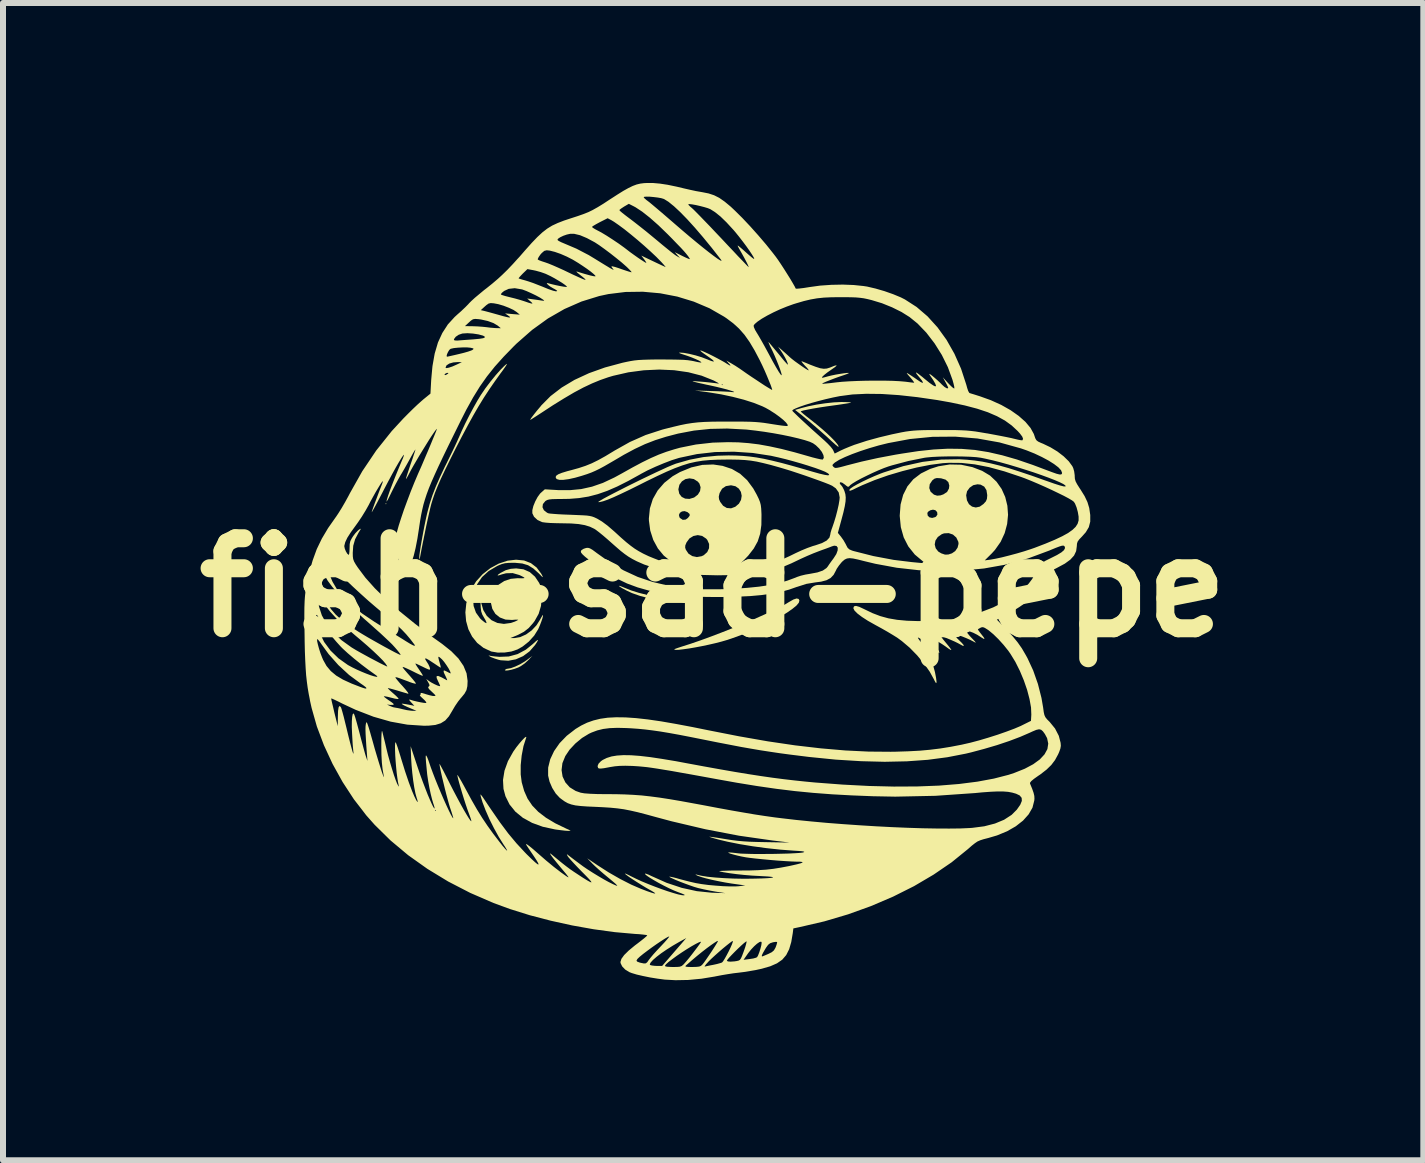
<source format=kicad_pcb>
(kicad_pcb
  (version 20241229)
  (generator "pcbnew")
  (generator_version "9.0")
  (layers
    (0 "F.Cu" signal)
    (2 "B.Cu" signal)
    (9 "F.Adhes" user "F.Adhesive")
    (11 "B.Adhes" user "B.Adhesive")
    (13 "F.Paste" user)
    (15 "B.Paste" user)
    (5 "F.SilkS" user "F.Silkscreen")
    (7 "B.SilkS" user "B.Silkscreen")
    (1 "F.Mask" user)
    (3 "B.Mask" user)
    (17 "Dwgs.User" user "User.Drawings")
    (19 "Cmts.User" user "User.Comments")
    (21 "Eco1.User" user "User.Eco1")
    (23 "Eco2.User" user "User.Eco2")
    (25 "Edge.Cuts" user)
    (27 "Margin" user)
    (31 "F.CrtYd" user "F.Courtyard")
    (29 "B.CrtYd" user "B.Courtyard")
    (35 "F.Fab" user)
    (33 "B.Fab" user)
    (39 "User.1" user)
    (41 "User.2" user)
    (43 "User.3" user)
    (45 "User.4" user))
  (footprint "fish-sad-pepe"
    (layer "F.Cu")
    (at 8.836 6.742)
    (property "Reference" "fish-sad-pepe" (at 0 0 0) (layer "F.SilkS") (effects (font (size 1.5 1.5) (thickness 0.3))))
    (attr board_only exclude_from_pos_files exclude_from_bom)
    (fp_poly (pts (xy -5.445 -1.396) (xy -5.454 -1.388) (xy -5.463 -1.396) (xy -5.454 -1.405)) (stroke (width 0) (type solid)) (fill yes) (layer "F.SilkS"))
    (fp_poly (pts (xy -4.907 -0.426) (xy -4.904 -0.39) (xy -4.907 -0.382) (xy -4.913 -0.38) (xy -4.916 -0.404) (xy -4.913 -0.429)) (stroke (width 0) (type solid)) (fill yes) (layer "F.SilkS"))
    (fp_poly (pts (xy -3.09 1.218) (xy -3.146 1.268) (xy -3.21 1.312) (xy -3.248 1.332) (xy -3.308 1.354) (xy -3.368 1.371) (xy -3.421 1.381) (xy -3.458 1.384) (xy -3.472 1.376) (xy -3.47 1.372) (xy -3.444 1.356) (xy -3.425 1.353) (xy -3.37 1.343) (xy -3.297 1.316) (xy -3.217 1.278) (xy -3.14 1.232) (xy -3.109 1.21) (xy -3.013 1.138)) (stroke (width 0) (type solid)) (fill yes) (layer "F.SilkS"))
    (fp_poly (pts (xy -1.528 -0.017) (xy -1.484 0.001) (xy -1.367 0.048) (xy -1.239 0.088) (xy -1.092 0.125) (xy -0.918 0.159) (xy -0.87 0.168) (xy -0.641 0.208) (xy -0.79 0.208) (xy -0.879 0.204) (xy -0.971 0.196) (xy -1.048 0.184) (xy -1.054 0.182) (xy -1.215 0.141) (xy -1.354 0.092) (xy -1.44 0.052) (xy -1.508 0.016) (xy -1.552 -0.011) (xy -1.571 -0.026) (xy -1.564 -0.029)) (stroke (width 0) (type solid)) (fill yes) (layer "F.SilkS"))
    (fp_poly (pts (xy -2.92 0.877) (xy -2.935 0.907) (xy -2.968 0.957) (xy -3.059 1.062) (xy -3.168 1.143) (xy -3.288 1.196) (xy -3.415 1.22) (xy -3.542 1.212) (xy -3.58 1.203) (xy -3.642 1.183) (xy -3.699 1.161) (xy -3.72 1.15) (xy -3.743 1.134) (xy -3.737 1.133) (xy -3.733 1.134) (xy -3.699 1.141) (xy -3.641 1.148) (xy -3.572 1.154) (xy -3.564 1.155) (xy -3.407 1.149) (xy -3.26 1.109) (xy -3.122 1.035) (xy -3.009 0.944) (xy -2.956 0.896) (xy -2.927 0.873)) (stroke (width 0) (type solid)) (fill yes) (layer "F.SilkS"))
    (fp_poly (pts (xy -3.114 2.491) (xy -3.117 2.503) (xy -3.162 2.644) (xy -3.192 2.801) (xy -3.208 2.961) (xy -3.208 3.114) (xy -3.191 3.246) (xy -3.15 3.391) (xy -3.093 3.519) (xy -3.015 3.634) (xy -2.914 3.739) (xy -2.787 3.836) (xy -2.632 3.929) (xy -2.444 4.02) (xy -2.407 4.036) (xy -2.38 4.049) (xy -2.382 4.054) (xy -2.415 4.055) (xy -2.424 4.055) (xy -2.47 4.052) (xy -2.538 4.044) (xy -2.616 4.034) (xy -2.636 4.031) (xy -2.839 3.987) (xy -3.018 3.922) (xy -3.171 3.838) (xy -3.297 3.735) (xy -3.394 3.615) (xy -3.462 3.478) (xy -3.495 3.355) (xy -3.503 3.207) (xy -3.478 3.052) (xy -3.421 2.894) (xy -3.332 2.735) (xy -3.28 2.661) (xy -3.229 2.597) (xy -3.183 2.544) (xy -3.147 2.506) (xy -3.122 2.488)) (stroke (width 0) (type solid)) (fill yes) (layer "F.SilkS"))
    (fp_poly (pts (xy 1.424 0.19) (xy 1.437 0.215) (xy 1.427 0.253) (xy 1.388 0.3) (xy 1.321 0.355) (xy 1.232 0.417) (xy 1.123 0.483) (xy 0.997 0.552) (xy 0.859 0.622) (xy 0.71 0.69) (xy 0.555 0.756) (xy 0.397 0.817) (xy 0.238 0.872) (xy 0.224 0.876) (xy 0.138 0.901) (xy 0.037 0.927) (xy -0.072 0.952) (xy -0.185 0.976) (xy -0.296 0.997) (xy -0.4 1.015) (xy -0.493 1.028) (xy -0.569 1.037) (xy -0.622 1.039) (xy -0.648 1.034) (xy -0.65 1.031) (xy -0.634 1.022) (xy -0.593 1.007) (xy -0.535 0.988) (xy -0.523 0.984) (xy -0.376 0.937) (xy -0.213 0.881) (xy -0.038 0.817) (xy 0.143 0.748) (xy 0.327 0.675) (xy 0.509 0.6) (xy 0.683 0.526) (xy 0.845 0.454) (xy 0.991 0.386) (xy 1.116 0.325) (xy 1.215 0.271) (xy 1.259 0.244) (xy 1.336 0.2) (xy 1.39 0.182)) (stroke (width 0) (type solid)) (fill yes) (layer "F.SilkS"))
    (fp_poly (pts (xy 2.21 -3.091) (xy 2.264 -3.088) (xy 2.294 -3.085) (xy 2.298 -3.082) (xy 2.278 -3.077) (xy 2.23 -3.068) (xy 2.159 -3.057) (xy 2.072 -3.044) (xy 2.027 -3.038) (xy 1.898 -3.02) (xy 1.778 -3.002) (xy 1.671 -2.984) (xy 1.58 -2.967) (xy 1.512 -2.953) (xy 1.47 -2.941) (xy 1.459 -2.934) (xy 1.472 -2.921) (xy 1.508 -2.89) (xy 1.56 -2.848) (xy 1.618 -2.803) (xy 1.716 -2.725) (xy 1.809 -2.647) (xy 1.895 -2.571) (xy 1.969 -2.5) (xy 2.028 -2.439) (xy 2.069 -2.39) (xy 2.089 -2.357) (xy 2.088 -2.345) (xy 2.073 -2.353) (xy 2.039 -2.381) (xy 1.993 -2.422) (xy 1.975 -2.438) (xy 1.901 -2.507) (xy 1.811 -2.587) (xy 1.715 -2.671) (xy 1.62 -2.753) (xy 1.533 -2.826) (xy 1.463 -2.884) (xy 1.451 -2.893) (xy 1.365 -2.96) (xy 1.469 -2.991) (xy 1.585 -3.021) (xy 1.723 -3.049) (xy 1.869 -3.071) (xy 2.01 -3.086) (xy 2.132 -3.092) (xy 2.139 -3.092)) (stroke (width 0) (type solid)) (fill yes) (layer "F.SilkS"))
    (fp_poly (pts (xy -3.44 -3.717) (xy -3.462 -3.683) (xy -3.504 -3.623) (xy -3.54 -3.575) (xy -3.641 -3.434) (xy -3.734 -3.299) (xy -3.823 -3.163) (xy -3.909 -3.023) (xy -3.997 -2.871) (xy -4.089 -2.704) (xy -4.19 -2.514) (xy -4.291 -2.319) (xy -4.388 -2.125) (xy -4.47 -1.958) (xy -4.538 -1.814) (xy -4.593 -1.688) (xy -4.638 -1.576) (xy -4.673 -1.474) (xy -4.697 -1.396) (xy -4.713 -1.334) (xy -4.734 -1.244) (xy -4.759 -1.133) (xy -4.786 -1.008) (xy -4.813 -0.875) (xy -4.84 -0.743) (xy -4.865 -0.616) (xy -4.886 -0.502) (xy -4.888 -0.492) (xy -4.894 -0.466) (xy -4.897 -0.473) (xy -4.898 -0.503) (xy -4.896 -0.54) (xy -4.887 -0.605) (xy -4.874 -0.692) (xy -4.856 -0.793) (xy -4.836 -0.903) (xy -4.815 -1.014) (xy -4.793 -1.121) (xy -4.772 -1.216) (xy -4.758 -1.274) (xy -4.721 -1.409) (xy -4.677 -1.543) (xy -4.622 -1.685) (xy -4.554 -1.84) (xy -4.471 -2.016) (xy -4.451 -2.055) (xy -4.399 -2.162) (xy -4.348 -2.266) (xy -4.303 -2.36) (xy -4.267 -2.438) (xy -4.244 -2.491) (xy -4.242 -2.494) (xy -4.193 -2.606) (xy -4.133 -2.733) (xy -4.066 -2.866) (xy -3.997 -2.995) (xy -3.932 -3.111) (xy -3.875 -3.205) (xy -3.871 -3.211) (xy -3.797 -3.32) (xy -3.712 -3.432) (xy -3.625 -3.539) (xy -3.542 -3.632) (xy -3.486 -3.689) (xy -3.453 -3.718) (xy -3.437 -3.728)) (stroke (width 0) (type solid)) (fill yes) (layer "F.SilkS"))
    (fp_poly (pts (xy -3.152 -0.451) (xy -3.038 -0.407) (xy -2.942 -0.333) (xy -2.866 -0.231) (xy -2.853 -0.207) (xy -2.84 -0.18) (xy -2.841 -0.172) (xy -2.859 -0.187) (xy -2.896 -0.225) (xy -2.909 -0.238) (xy -2.998 -0.318) (xy -3.086 -0.372) (xy -3.182 -0.401) (xy -3.299 -0.412) (xy -3.329 -0.413) (xy -3.411 -0.411) (xy -3.471 -0.405) (xy -3.524 -0.391) (xy -3.581 -0.368) (xy -3.602 -0.358) (xy -3.742 -0.275) (xy -3.853 -0.174) (xy -3.934 -0.055) (xy -3.977 0.052) (xy -4.001 0.184) (xy -3.993 0.307) (xy -3.954 0.418) (xy -3.885 0.514) (xy -3.858 0.54) (xy -3.808 0.58) (xy -3.782 0.594) (xy -3.778 0.581) (xy -3.796 0.541) (xy -3.816 0.507) (xy -3.848 0.451) (xy -3.866 0.399) (xy -3.874 0.338) (xy -3.876 0.292) (xy -3.878 0.229) (xy -3.878 0.199) (xy -3.875 0.2) (xy -3.87 0.23) (xy -3.866 0.257) (xy -3.831 0.376) (xy -3.772 0.473) (xy -3.693 0.545) (xy -3.597 0.59) (xy -3.488 0.606) (xy -3.371 0.59) (xy -3.307 0.568) (xy -3.269 0.55) (xy -3.25 0.538) (xy -3.25 0.537) (xy -3.266 0.535) (xy -3.307 0.536) (xy -3.352 0.54) (xy -3.461 0.534) (xy -3.555 0.499) (xy -3.63 0.439) (xy -3.681 0.355) (xy -3.705 0.252) (xy -3.706 0.218) (xy -3.69 0.117) (xy -3.644 0.026) (xy -3.573 -0.05) (xy -3.481 -0.109) (xy -3.375 -0.145) (xy -3.258 -0.156) (xy -3.24 -0.155) (xy -3.188 -0.154) (xy -3.153 -0.156) (xy -3.144 -0.16) (xy -3.159 -0.173) (xy -3.197 -0.193) (xy -3.231 -0.209) (xy -3.342 -0.241) (xy -3.452 -0.238) (xy -3.521 -0.22) (xy -3.573 -0.203) (xy -3.594 -0.202) (xy -3.584 -0.216) (xy -3.545 -0.243) (xy -3.457 -0.289) (xy -3.373 -0.312) (xy -3.284 -0.319) (xy -3.162 -0.304) (xy -3.057 -0.258) (xy -2.97 -0.181) (xy -2.903 -0.081) (xy -2.878 -0.03) (xy -2.864 0.018) (xy -2.858 0.074) (xy -2.857 0.153) (xy -2.857 0.158) (xy -2.87 0.307) (xy -2.909 0.438) (xy -2.976 0.558) (xy -3.004 0.595) (xy -3.076 0.676) (xy -3.154 0.737) (xy -3.249 0.787) (xy -3.283 0.802) (xy -3.381 0.842) (xy -3.311 0.842) (xy -3.217 0.826) (xy -3.119 0.782) (xy -3.026 0.715) (xy -2.945 0.629) (xy -2.888 0.54) (xy -2.863 0.494) (xy -2.844 0.463) (xy -2.838 0.457) (xy -2.836 0.471) (xy -2.845 0.51) (xy -2.864 0.566) (xy -2.888 0.629) (xy -2.916 0.693) (xy -2.917 0.695) (xy -2.983 0.801) (xy -3.073 0.901) (xy -3.179 0.985) (xy -3.263 1.032) (xy -3.363 1.066) (xy -3.477 1.083) (xy -3.592 1.084) (xy -3.693 1.067) (xy -3.701 1.065) (xy -3.827 1.006) (xy -3.933 0.923) (xy -4.018 0.817) (xy -4.08 0.695) (xy -4.118 0.559) (xy -4.13 0.414) (xy -4.115 0.265) (xy -4.072 0.114) (xy -4.037 0.035) (xy -3.951 -0.103) (xy -3.842 -0.223) (xy -3.714 -0.323) (xy -3.574 -0.399) (xy -3.426 -0.448) (xy -3.285 -0.464)) (stroke (width 0) (type solid)) (fill yes) (layer "F.SilkS"))
    (fp_poly (pts (xy -1.002 -6.742) (xy -0.888 -6.732) (xy -0.757 -6.712) (xy -0.604 -6.68) (xy -0.474 -6.649) (xy -0.382 -6.628) (xy -0.284 -6.607) (xy -0.198 -6.592) (xy -0.176 -6.588) (xy -0.076 -6.568) (xy 0.015 -6.538) (xy 0.102 -6.494) (xy 0.192 -6.431) (xy 0.293 -6.347) (xy 0.366 -6.278) (xy 0.486 -6.159) (xy 0.617 -6.02) (xy 0.751 -5.87) (xy 0.881 -5.718) (xy 0.997 -5.573) (xy 1.044 -5.512) (xy 1.082 -5.459) (xy 1.129 -5.389) (xy 1.181 -5.309) (xy 1.234 -5.225) (xy 1.284 -5.145) (xy 1.326 -5.074) (xy 1.358 -5.018) (xy 1.374 -4.985) (xy 1.375 -4.983) (xy 1.393 -4.98) (xy 1.439 -4.984) (xy 1.507 -4.992) (xy 1.589 -5.005) (xy 1.608 -5.008) (xy 1.782 -5.032) (xy 1.969 -5.045) (xy 2.16 -5.049) (xy 2.342 -5.042) (xy 2.506 -5.025) (xy 2.565 -5.016) (xy 2.706 -4.983) (xy 2.854 -4.94) (xy 2.999 -4.889) (xy 3.127 -4.836) (xy 3.196 -4.801) (xy 3.39 -4.676) (xy 3.572 -4.52) (xy 3.739 -4.336) (xy 3.889 -4.128) (xy 4.02 -3.897) (xy 4.131 -3.647) (xy 4.218 -3.381) (xy 4.234 -3.323) (xy 4.25 -3.276) (xy 4.267 -3.246) (xy 4.274 -3.241) (xy 4.299 -3.233) (xy 4.349 -3.218) (xy 4.415 -3.197) (xy 4.444 -3.188) (xy 4.628 -3.122) (xy 4.8 -3.044) (xy 4.956 -2.956) (xy 5.091 -2.861) (xy 5.204 -2.761) (xy 5.289 -2.659) (xy 5.344 -2.559) (xy 5.351 -2.538) (xy 5.368 -2.488) (xy 5.386 -2.456) (xy 5.415 -2.433) (xy 5.462 -2.411) (xy 5.497 -2.397) (xy 5.62 -2.338) (xy 5.737 -2.267) (xy 5.841 -2.187) (xy 5.926 -2.104) (xy 5.985 -2.023) (xy 6 -1.992) (xy 6.016 -1.936) (xy 6.025 -1.87) (xy 6.025 -1.854) (xy 6.028 -1.812) (xy 6.04 -1.77) (xy 6.065 -1.722) (xy 6.106 -1.657) (xy 6.121 -1.635) (xy 6.19 -1.524) (xy 6.237 -1.425) (xy 6.267 -1.326) (xy 6.283 -1.216) (xy 6.284 -1.208) (xy 6.284 -1.098) (xy 6.26 -1.006) (xy 6.21 -0.922) (xy 6.148 -0.852) (xy 6.101 -0.803) (xy 6.074 -0.766) (xy 6.063 -0.731) (xy 6.06 -0.689) (xy 6.049 -0.607) (xy 6.014 -0.533) (xy 5.952 -0.465) (xy 5.86 -0.398) (xy 5.737 -0.332) (xy 5.73 -0.328) (xy 5.648 -0.286) (xy 5.595 -0.251) (xy 5.567 -0.22) (xy 5.564 -0.212) (xy 5.52 -0.111) (xy 5.483 -0.035) (xy 5.445 0.027) (xy 5.402 0.081) (xy 5.385 0.101) (xy 5.314 0.169) (xy 5.217 0.245) (xy 5.104 0.324) (xy 4.98 0.401) (xy 4.863 0.466) (xy 4.728 0.535) (xy 4.889 0.702) (xy 4.991 0.812) (xy 5.073 0.912) (xy 5.144 1.013) (xy 5.211 1.128) (xy 5.238 1.177) (xy 5.333 1.382) (xy 5.412 1.607) (xy 5.471 1.839) (xy 5.499 2.002) (xy 5.509 2.076) (xy 5.52 2.125) (xy 5.537 2.162) (xy 5.565 2.197) (xy 5.608 2.24) (xy 5.697 2.349) (xy 5.76 2.471) (xy 5.79 2.587) (xy 5.794 2.638) (xy 5.786 2.685) (xy 5.765 2.743) (xy 5.748 2.781) (xy 5.697 2.875) (xy 5.635 2.957) (xy 5.556 3.034) (xy 5.453 3.114) (xy 5.417 3.138) (xy 5.345 3.189) (xy 5.301 3.226) (xy 5.281 3.252) (xy 5.28 3.266) (xy 5.317 3.356) (xy 5.34 3.422) (xy 5.352 3.474) (xy 5.354 3.52) (xy 5.351 3.551) (xy 5.321 3.669) (xy 5.257 3.78) (xy 5.164 3.884) (xy 5.043 3.979) (xy 4.898 4.062) (xy 4.731 4.131) (xy 4.585 4.174) (xy 4.507 4.194) (xy 4.451 4.212) (xy 4.405 4.232) (xy 4.362 4.261) (xy 4.31 4.302) (xy 4.244 4.36) (xy 3.974 4.579) (xy 3.674 4.784) (xy 3.348 4.976) (xy 2.999 5.151) (xy 2.632 5.308) (xy 2.249 5.446) (xy 1.854 5.563) (xy 1.45 5.657) (xy 1.445 5.658) (xy 1.336 5.681) (xy 1.326 5.761) (xy 1.301 5.908) (xy 1.266 6.028) (xy 1.217 6.125) (xy 1.151 6.202) (xy 1.063 6.263) (xy 0.951 6.312) (xy 0.809 6.353) (xy 0.708 6.375) (xy 0.614 6.391) (xy 0.516 6.407) (xy 0.429 6.418) (xy 0.404 6.421) (xy 0.336 6.429) (xy 0.245 6.443) (xy 0.143 6.46) (xy 0.039 6.48) (xy 0.025 6.483) (xy -0.194 6.519) (xy -0.416 6.54) (xy -0.629 6.544) (xy -0.808 6.534) (xy -0.929 6.518) (xy -1.052 6.498) (xy -1.17 6.474) (xy -1.274 6.45) (xy -1.357 6.425) (xy -1.398 6.409) (xy -1.466 6.367) (xy -1.517 6.314) (xy -1.534 6.279) (xy -1.057 6.279) (xy -1.051 6.291) (xy -1.021 6.299) (xy -0.97 6.305) (xy -0.939 6.306) (xy -0.851 6.306) (xy -0.847 6.302) (xy -0.804 6.302) (xy -0.798 6.313) (xy -0.767 6.32) (xy -0.708 6.323) (xy -0.672 6.324) (xy -0.602 6.323) (xy -0.557 6.319) (xy -0.539 6.312) (xy -0.464 6.312) (xy -0.453 6.319) (xy -0.416 6.323) (xy -0.35 6.324) (xy -0.349 6.324) (xy -0.279 6.322) (xy -0.243 6.318) (xy -0.143 6.318) (xy -0.141 6.317) (xy -0.11 6.31) (xy -0.058 6.299) (xy 0 6.288) (xy 0.064 6.274) (xy 0.118 6.259) (xy 0.147 6.249) (xy 0.165 6.229) (xy 0.171 6.219) (xy 0.228 6.219) (xy 0.244 6.231) (xy 0.289 6.235) (xy 0.357 6.23) (xy 0.39 6.225) (xy 0.421 6.218) (xy 0.444 6.206) (xy 0.445 6.204) (xy 0.506 6.204) (xy 0.609 6.191) (xy 0.668 6.182) (xy 0.714 6.169) (xy 0.732 6.159) (xy 0.74 6.145) (xy 0.81 6.145) (xy 0.816 6.148) (xy 0.836 6.141) (xy 0.877 6.124) (xy 0.919 6.106) (xy 0.977 6.077) (xy 1.012 6.047) (xy 1.036 6.006) (xy 1.043 5.99) (xy 1.059 5.944) (xy 1.066 5.913) (xy 1.064 5.907) (xy 1.043 5.905) (xy 1.002 5.911) (xy 0.99 5.914) (xy 0.949 5.928) (xy 0.915 5.955) (xy 0.881 6.002) (xy 0.867 6.025) (xy 0.83 6.089) (xy 0.812 6.127) (xy 0.81 6.145) (xy 0.74 6.145) (xy 0.748 6.131) (xy 0.768 6.08) (xy 0.787 6.02) (xy 0.802 5.962) (xy 0.808 5.918) (xy 0.808 5.916) (xy 0.798 5.901) (xy 0.77 5.909) (xy 0.729 5.937) (xy 0.682 5.979) (xy 0.632 6.032) (xy 0.585 6.091) (xy 0.582 6.095) (xy 0.506 6.204) (xy 0.445 6.204) (xy 0.462 6.182) (xy 0.481 6.139) (xy 0.507 6.07) (xy 0.509 6.064) (xy 0.533 5.996) (xy 0.549 5.94) (xy 0.557 5.904) (xy 0.557 5.897) (xy 0.544 5.902) (xy 0.512 5.927) (xy 0.467 5.967) (xy 0.414 6.017) (xy 0.359 6.071) (xy 0.308 6.123) (xy 0.265 6.169) (xy 0.237 6.203) (xy 0.228 6.219) (xy 0.171 6.219) (xy 0.192 6.186) (xy 0.224 6.129) (xy 0.258 6.064) (xy 0.289 6) (xy 0.313 5.945) (xy 0.327 5.905) (xy 0.328 5.89) (xy 0.312 5.897) (xy 0.275 5.924) (xy 0.223 5.965) (xy 0.161 6.016) (xy 0.095 6.073) (xy 0.03 6.131) (xy -0.03 6.186) (xy -0.078 6.233) (xy -0.079 6.235) (xy -0.118 6.277) (xy -0.14 6.307) (xy -0.143 6.318) (xy -0.243 6.318) (xy -0.233 6.317) (xy -0.204 6.305) (xy -0.181 6.284) (xy -0.156 6.253) (xy -0.121 6.204) (xy -0.079 6.143) (xy -0.034 6.077) (xy 0.008 6.012) (xy 0.044 5.955) (xy 0.07 5.912) (xy 0.08 5.89) (xy 0.08 5.889) (xy 0.062 5.894) (xy 0.022 5.919) (xy -0.036 5.959) (xy -0.108 6.012) (xy -0.188 6.074) (xy -0.272 6.142) (xy -0.355 6.212) (xy -0.434 6.281) (xy -0.456 6.3) (xy -0.464 6.312) (xy -0.539 6.312) (xy -0.526 6.308) (xy -0.5 6.287) (xy -0.481 6.267) (xy -0.446 6.227) (xy -0.402 6.174) (xy -0.354 6.113) (xy -0.306 6.05) (xy -0.262 5.992) (xy -0.227 5.944) (xy -0.206 5.912) (xy -0.203 5.902) (xy -0.236 5.912) (xy -0.29 5.939) (xy -0.361 5.979) (xy -0.441 6.028) (xy -0.526 6.083) (xy -0.608 6.139) (xy -0.683 6.194) (xy -0.745 6.241) (xy -0.787 6.279) (xy -0.804 6.302) (xy -0.847 6.302) (xy -0.65 6.074) (xy -0.449 5.842) (xy -0.567 5.907) (xy -0.674 5.969) (xy -0.775 6.033) (xy -0.866 6.095) (xy -0.943 6.154) (xy -1.003 6.206) (xy -1.042 6.249) (xy -1.057 6.279) (xy -1.534 6.279) (xy -1.543 6.26) (xy -1.546 6.24) (xy -1.538 6.216) (xy -1.278 6.216) (xy -1.269 6.233) (xy -1.231 6.248) (xy -1.209 6.254) (xy -1.155 6.265) (xy -1.123 6.263) (xy -1.099 6.244) (xy -1.072 6.205) (xy -1.042 6.167) (xy -0.995 6.111) (xy -0.935 6.045) (xy -0.871 5.977) (xy -0.814 5.916) (xy -0.77 5.866) (xy -0.741 5.831) (xy -0.732 5.815) (xy -0.732 5.814) (xy -0.758 5.824) (xy -0.806 5.852) (xy -0.87 5.893) (xy -0.944 5.943) (xy -1.022 5.998) (xy -1.098 6.054) (xy -1.167 6.106) (xy -1.222 6.151) (xy -1.258 6.185) (xy -1.263 6.19) (xy -1.278 6.216) (xy -1.538 6.216) (xy -1.53 6.189) (xy -1.484 6.125) (xy -1.408 6.05) (xy -1.304 5.964) (xy -1.269 5.938) (xy -1.203 5.887) (xy -1.149 5.844) (xy -1.112 5.812) (xy -1.099 5.796) (xy -1.099 5.795) (xy -1.118 5.79) (xy -1.165 5.784) (xy -1.232 5.777) (xy -1.302 5.773) (xy -1.639 5.743) (xy -1.992 5.695) (xy -2.351 5.631) (xy -2.709 5.552) (xy -3.057 5.461) (xy -3.386 5.358) (xy -3.662 5.257) (xy -4.049 5.089) (xy -4.417 4.899) (xy -4.762 4.689) (xy -5.083 4.461) (xy -5.377 4.215) (xy -5.642 3.954) (xy -5.783 3.795) (xy -5.844 3.715) (xy -4.637 3.715) (xy -4.629 3.724) (xy -4.62 3.715) (xy -4.629 3.706) (xy -4.637 3.715) (xy -5.844 3.715) (xy -5.988 3.529) (xy -6.176 3.241) (xy -6.343 2.94) (xy -6.487 2.629) (xy -6.605 2.316) (xy -6.693 2.005) (xy -6.718 1.893) (xy -6.726 1.848) (xy -6.366 1.848) (xy -6.364 1.866) (xy -6.354 1.912) (xy -6.338 1.978) (xy -6.319 2.06) (xy -6.314 2.082) (xy -6.257 2.31) (xy -6.255 2.148) (xy -6.252 2.056) (xy -6.243 1.997) (xy -6.229 1.974) (xy -6.211 1.986) (xy -6.202 2) (xy -6.193 2.027) (xy -6.177 2.082) (xy -6.156 2.16) (xy -6.133 2.254) (xy -6.107 2.359) (xy -6.106 2.365) (xy -6.075 2.492) (xy -6.048 2.598) (xy -6.026 2.68) (xy -6.01 2.737) (xy -5.999 2.766) (xy -5.994 2.765) (xy -5.997 2.733) (xy -5.998 2.723) (xy -6.002 2.681) (xy -6.008 2.614) (xy -6.013 2.53) (xy -6.018 2.44) (xy -6.023 2.324) (xy -6.022 2.228) (xy -6.017 2.156) (xy -6.008 2.112) (xy -5.995 2.098) (xy -5.989 2.102) (xy -5.979 2.124) (xy -5.963 2.173) (xy -5.942 2.246) (xy -5.918 2.335) (xy -5.894 2.425) (xy -5.867 2.53) (xy -5.84 2.629) (xy -5.817 2.715) (xy -5.799 2.779) (xy -5.789 2.811) (xy -5.762 2.89) (xy -5.77 2.784) (xy -5.781 2.639) (xy -5.788 2.524) (xy -5.793 2.435) (xy -5.795 2.368) (xy -5.794 2.318) (xy -5.79 2.282) (xy -5.788 2.272) (xy -5.784 2.252) (xy -5.778 2.245) (xy -5.769 2.255) (xy -5.758 2.283) (xy -5.741 2.334) (xy -5.718 2.411) (xy -5.688 2.517) (xy -5.672 2.573) (xy -5.641 2.685) (xy -5.609 2.793) (xy -5.579 2.893) (xy -5.551 2.983) (xy -5.527 3.059) (xy -5.507 3.116) (xy -5.494 3.151) (xy -5.488 3.161) (xy -5.49 3.141) (xy -5.491 3.135) (xy -5.51 3.027) (xy -5.522 2.916) (xy -5.529 2.791) (xy -5.531 2.643) (xy -5.531 2.609) (xy -5.53 2.507) (xy -5.527 2.436) (xy -5.523 2.397) (xy -5.517 2.392) (xy -5.515 2.398) (xy -5.506 2.434) (xy -5.491 2.497) (xy -5.471 2.577) (xy -5.45 2.667) (xy -5.446 2.685) (xy -5.419 2.794) (xy -5.387 2.908) (xy -5.354 3.019) (xy -5.322 3.121) (xy -5.292 3.207) (xy -5.267 3.27) (xy -5.253 3.296) (xy -5.238 3.318) (xy -5.238 3.309) (xy -5.242 3.294) (xy -5.254 3.238) (xy -5.265 3.164) (xy -5.276 3.078) (xy -5.285 2.984) (xy -5.293 2.889) (xy -5.299 2.797) (xy -5.302 2.715) (xy -5.303 2.648) (xy -5.301 2.601) (xy -5.296 2.579) (xy -5.29 2.582) (xy -5.279 2.608) (xy -5.26 2.661) (xy -5.237 2.733) (xy -5.21 2.819) (xy -5.202 2.847) (xy -5.135 3.063) (xy -5.073 3.246) (xy -5.017 3.395) (xy -4.979 3.484) (xy -4.95 3.542) (xy -4.931 3.572) (xy -4.924 3.572) (xy -4.93 3.542) (xy -4.944 3.498) (xy -4.963 3.428) (xy -4.982 3.331) (xy -5 3.215) (xy -5.015 3.089) (xy -5.027 2.96) (xy -5.034 2.847) (xy -5.042 2.644) (xy -4.922 3.006) (xy -4.883 3.12) (xy -4.841 3.235) (xy -4.799 3.345) (xy -4.759 3.448) (xy -4.721 3.537) (xy -4.689 3.609) (xy -4.664 3.659) (xy -4.647 3.682) (xy -4.643 3.683) (xy -4.645 3.664) (xy -4.656 3.624) (xy -4.665 3.599) (xy -4.685 3.531) (xy -4.708 3.439) (xy -4.73 3.336) (xy -4.749 3.232) (xy -4.763 3.14) (xy -4.767 3.109) (xy -4.778 2.994) (xy -4.786 2.91) (xy -4.79 2.852) (xy -4.791 2.817) (xy -4.789 2.801) (xy -4.784 2.799) (xy -4.781 2.802) (xy -4.767 2.827) (xy -4.748 2.875) (xy -4.734 2.916) (xy -4.707 2.995) (xy -4.672 3.09) (xy -4.631 3.196) (xy -4.586 3.307) (xy -4.539 3.419) (xy -4.492 3.528) (xy -4.447 3.628) (xy -4.407 3.714) (xy -4.373 3.783) (xy -4.347 3.829) (xy -4.332 3.847) (xy -4.332 3.847) (xy -4.334 3.831) (xy -4.346 3.79) (xy -4.365 3.729) (xy -4.383 3.676) (xy -4.401 3.618) (xy -4.422 3.541) (xy -4.447 3.45) (xy -4.472 3.352) (xy -4.496 3.252) (xy -4.519 3.157) (xy -4.538 3.072) (xy -4.552 3.003) (xy -4.56 2.957) (xy -4.561 2.939) (xy -4.552 2.952) (xy -4.53 2.993) (xy -4.496 3.056) (xy -4.455 3.137) (xy -4.407 3.232) (xy -4.387 3.272) (xy -4.326 3.391) (xy -4.265 3.506) (xy -4.207 3.614) (xy -4.154 3.709) (xy -4.107 3.789) (xy -4.069 3.85) (xy -4.043 3.886) (xy -4.03 3.896) (xy -4.033 3.877) (xy -4.046 3.835) (xy -4.068 3.776) (xy -4.075 3.756) (xy -4.098 3.693) (xy -4.125 3.613) (xy -4.154 3.523) (xy -4.183 3.429) (xy -4.21 3.337) (xy -4.234 3.254) (xy -4.252 3.186) (xy -4.262 3.14) (xy -4.264 3.122) (xy -4.255 3.132) (xy -4.232 3.168) (xy -4.198 3.226) (xy -4.157 3.3) (xy -4.121 3.367) (xy -4.024 3.546) (xy -3.935 3.701) (xy -3.849 3.84) (xy -3.761 3.971) (xy -3.666 4.103) (xy -3.633 4.146) (xy -3.565 4.235) (xy -3.51 4.305) (xy -3.468 4.354) (xy -3.442 4.381) (xy -3.433 4.385) (xy -3.443 4.364) (xy -3.471 4.317) (xy -3.492 4.286) (xy -3.574 4.155) (xy -3.654 4.01) (xy -3.729 3.86) (xy -3.793 3.714) (xy -3.844 3.58) (xy -3.872 3.487) (xy -3.877 3.464) (xy -3.879 3.45) (xy -3.876 3.449) (xy -3.864 3.462) (xy -3.841 3.492) (xy -3.806 3.544) (xy -3.756 3.619) (xy -3.697 3.706) (xy -3.552 3.916) (xy -3.415 4.099) (xy -3.279 4.262) (xy -3.139 4.413) (xy -3.109 4.444) (xy -3.025 4.526) (xy -2.964 4.582) (xy -2.926 4.612) (xy -2.91 4.616) (xy -2.916 4.594) (xy -2.943 4.547) (xy -2.989 4.477) (xy -3.035 4.409) (xy -3.075 4.35) (xy -3.103 4.307) (xy -3.115 4.289) (xy -3.12 4.274) (xy -3.101 4.282) (xy -3.06 4.312) (xy -2.998 4.363) (xy -2.925 4.427) (xy -2.786 4.548) (xy -2.655 4.656) (xy -2.537 4.747) (xy -2.47 4.795) (xy -2.436 4.818) (xy -2.416 4.829) (xy -2.412 4.826) (xy -2.426 4.806) (xy -2.458 4.765) (xy -2.511 4.702) (xy -2.537 4.671) (xy -2.611 4.581) (xy -2.667 4.511) (xy -2.703 4.462) (xy -2.719 4.435) (xy -2.714 4.432) (xy -2.695 4.446) (xy -2.594 4.53) (xy -2.513 4.596) (xy -2.445 4.649) (xy -2.383 4.695) (xy -2.322 4.737) (xy -2.284 4.762) (xy -2.179 4.831) (xy -2.102 4.879) (xy -2.052 4.907) (xy -2.03 4.915) (xy -2.033 4.902) (xy -2.06 4.868) (xy -2.112 4.813) (xy -2.187 4.737) (xy -2.19 4.734) (xy -2.262 4.66) (xy -2.326 4.592) (xy -2.378 4.535) (xy -2.413 4.494) (xy -2.425 4.477) (xy -2.439 4.449) (xy -2.433 4.447) (xy -2.423 4.455) (xy -2.321 4.533) (xy -2.238 4.595) (xy -2.168 4.647) (xy -2.102 4.692) (xy -2.032 4.737) (xy -2.002 4.756) (xy -1.91 4.812) (xy -1.82 4.865) (xy -1.738 4.91) (xy -1.669 4.944) (xy -1.619 4.966) (xy -1.598 4.971) (xy -1.604 4.961) (xy -1.632 4.933) (xy -1.68 4.892) (xy -1.741 4.841) (xy -1.751 4.833) (xy -1.828 4.769) (xy -1.904 4.703) (xy -1.97 4.643) (xy -2.011 4.603) (xy -2.099 4.512) (xy -1.931 4.626) (xy -1.744 4.746) (xy -1.552 4.856) (xy -1.366 4.951) (xy -1.209 5.019) (xy -1.102 5.06) (xy -1.026 5.086) (xy -0.98 5.099) (xy -0.965 5.098) (xy -0.981 5.083) (xy -1.028 5.054) (xy -1.05 5.042) (xy -1.117 5.004) (xy -1.191 4.959) (xy -1.266 4.912) (xy -1.338 4.866) (xy -1.399 4.825) (xy -1.444 4.792) (xy -1.469 4.772) (xy -1.471 4.767) (xy -1.453 4.771) (xy -1.414 4.789) (xy -1.369 4.812) (xy -1.286 4.853) (xy -1.19 4.897) (xy -1.084 4.941) (xy -0.974 4.984) (xy -0.864 5.025) (xy -0.76 5.061) (xy -0.664 5.091) (xy -0.584 5.114) (xy -0.522 5.127) (xy -0.484 5.13) (xy -0.474 5.123) (xy -0.489 5.114) (xy -0.529 5.097) (xy -0.584 5.077) (xy -0.656 5.048) (xy -0.737 5.011) (xy -0.823 4.968) (xy -0.908 4.923) (xy -0.987 4.878) (xy -1.055 4.837) (xy -1.105 4.803) (xy -1.134 4.778) (xy -1.137 4.767) (xy -1.118 4.77) (xy -1.077 4.785) (xy -1.025 4.81) (xy -0.776 4.921) (xy -0.524 5.005) (xy -0.273 5.06) (xy -0.031 5.085) (xy -0.018 5.086) (xy 0.202 5.093) (xy 0.035 5.067) (xy -0.058 5.05) (xy -0.156 5.03) (xy -0.243 5.01) (xy -0.262 5.005) (xy -0.322 4.987) (xy -0.394 4.962) (xy -0.473 4.933) (xy -0.552 4.903) (xy -0.623 4.874) (xy -0.681 4.848) (xy -0.72 4.829) (xy -0.732 4.819) (xy -0.732 4.818) (xy -0.713 4.82) (xy -0.668 4.829) (xy -0.605 4.845) (xy -0.569 4.856) (xy -0.479 4.88) (xy -0.384 4.904) (xy -0.301 4.923) (xy -0.287 4.926) (xy -0.194 4.942) (xy -0.081 4.957) (xy 0.041 4.968) (xy 0.163 4.977) (xy 0.276 4.981) (xy 0.37 4.981) (xy 0.422 4.978) (xy 0.536 4.965) (xy 0.307 4.933) (xy 0.197 4.915) (xy 0.084 4.893) (xy -0.025 4.87) (xy -0.124 4.846) (xy -0.204 4.823) (xy -0.26 4.803) (xy -0.278 4.794) (xy -0.297 4.781) (xy -0.285 4.782) (xy -0.275 4.785) (xy -0.198 4.803) (xy -0.092 4.82) (xy 0.037 4.833) (xy 0.182 4.843) (xy 0.338 4.85) (xy 0.499 4.853) (xy 0.553 4.853) (xy 0.694 4.851) (xy 0.81 4.848) (xy 0.899 4.844) (xy 0.961 4.839) (xy 0.994 4.833) (xy 0.997 4.827) (xy 0.969 4.821) (xy 0.908 4.815) (xy 0.814 4.81) (xy 0.781 4.808) (xy 0.652 4.801) (xy 0.518 4.79) (xy 0.387 4.776) (xy 0.268 4.76) (xy 0.168 4.744) (xy 0.101 4.729) (xy 0.104 4.726) (xy 0.137 4.722) (xy 0.197 4.72) (xy 0.28 4.717) (xy 0.38 4.716) (xy 0.435 4.716) (xy 0.605 4.715) (xy 0.75 4.71) (xy 0.879 4.702) (xy 1.001 4.688) (xy 1.126 4.668) (xy 1.263 4.642) (xy 1.3 4.634) (xy 1.397 4.612) (xy 1.46 4.595) (xy 1.489 4.583) (xy 1.485 4.574) (xy 1.448 4.569) (xy 1.379 4.568) (xy 1.302 4.565) (xy 1.199 4.559) (xy 1.079 4.551) (xy 0.95 4.54) (xy 0.822 4.528) (xy 0.703 4.516) (xy 0.601 4.504) (xy 0.545 4.496) (xy 0.475 4.483) (xy 0.403 4.467) (xy 0.338 4.45) (xy 0.286 4.435) (xy 0.255 4.422) (xy 0.25 4.416) (xy 0.27 4.415) (xy 0.316 4.418) (xy 0.379 4.425) (xy 0.402 4.428) (xy 0.461 4.434) (xy 0.545 4.437) (xy 0.649 4.44) (xy 0.767 4.441) (xy 0.892 4.44) (xy 1.02 4.439) (xy 1.144 4.436) (xy 1.259 4.433) (xy 1.358 4.428) (xy 1.437 4.423) (xy 1.489 4.417) (xy 1.502 4.414) (xy 1.518 4.407) (xy 1.513 4.401) (xy 1.483 4.395) (xy 1.425 4.39) (xy 1.344 4.385) (xy 1.12 4.368) (xy 0.888 4.343) (xy 0.659 4.312) (xy 0.44 4.276) (xy 0.24 4.236) (xy 0.101 4.203) (xy 0.03 4.184) (xy -0.026 4.167) (xy -0.059 4.156) (xy -0.066 4.153) (xy -0.047 4.154) (xy -0.001 4.16) (xy 0.068 4.17) (xy 0.154 4.184) (xy 0.203 4.192) (xy 0.305 4.208) (xy 0.4 4.22) (xy 0.496 4.229) (xy 0.603 4.236) (xy 0.728 4.24) (xy 0.87 4.243) (xy 1.274 4.25) (xy 0.984 4.215) (xy 0.432 4.136) (xy -0.131 4.028) (xy -0.695 3.895) (xy -0.945 3.828) (xy -1.113 3.782) (xy -1.255 3.745) (xy -1.378 3.717) (xy -1.49 3.695) (xy -1.599 3.68) (xy -1.712 3.669) (xy -1.836 3.661) (xy -1.959 3.655) (xy -2.098 3.649) (xy -2.208 3.641) (xy -2.295 3.631) (xy -2.365 3.615) (xy -2.423 3.594) (xy -2.475 3.565) (xy -2.528 3.527) (xy -2.558 3.504) (xy -2.624 3.433) (xy -2.682 3.34) (xy -2.727 3.236) (xy -2.751 3.135) (xy -2.751 3.134) (xy -2.751 3.042) (xy -2.527 3.042) (xy -2.51 3.15) (xy -2.464 3.247) (xy -2.391 3.329) (xy -2.292 3.39) (xy -2.209 3.419) (xy -2.146 3.43) (xy -2.05 3.437) (xy -1.92 3.442) (xy -1.775 3.443) (xy -1.617 3.444) (xy -1.47 3.448) (xy -1.33 3.455) (xy -1.191 3.465) (xy -1.047 3.481) (xy -0.894 3.501) (xy -0.726 3.527) (xy -0.538 3.559) (xy -0.325 3.598) (xy -0.167 3.627) (xy 0.086 3.675) (xy 0.311 3.716) (xy 0.512 3.751) (xy 0.695 3.782) (xy 0.866 3.808) (xy 1.029 3.831) (xy 1.151 3.846) (xy 1.383 3.873) (xy 1.632 3.898) (xy 1.894 3.922) (xy 2.164 3.943) (xy 2.438 3.962) (xy 2.712 3.979) (xy 2.982 3.993) (xy 3.243 4.004) (xy 3.491 4.012) (xy 3.723 4.016) (xy 3.934 4.017) (xy 4.119 4.015) (xy 4.275 4.008) (xy 4.317 4.005) (xy 4.518 3.979) (xy 4.696 3.933) (xy 4.848 3.87) (xy 4.973 3.789) (xy 5.06 3.702) (xy 5.117 3.621) (xy 5.144 3.556) (xy 5.141 3.505) (xy 5.108 3.465) (xy 5.048 3.436) (xy 4.985 3.418) (xy 4.916 3.405) (xy 4.838 3.399) (xy 4.744 3.398) (xy 4.63 3.403) (xy 4.49 3.413) (xy 4.365 3.425) (xy 3.704 3.471) (xy 3.034 3.485) (xy 2.664 3.478) (xy 2.311 3.464) (xy 1.982 3.446) (xy 1.667 3.422) (xy 1.36 3.392) (xy 1.05 3.354) (xy 0.731 3.308) (xy 0.394 3.253) (xy 0.07 3.195) (xy -0.165 3.152) (xy -0.369 3.115) (xy -0.544 3.084) (xy -0.694 3.057) (xy -0.823 3.036) (xy -0.932 3.018) (xy -1.025 3.004) (xy -1.105 2.993) (xy -1.175 2.986) (xy -1.239 2.98) (xy -1.299 2.976) (xy -1.349 2.973) (xy -1.464 2.97) (xy -1.557 2.972) (xy -1.638 2.979) (xy -1.72 2.992) (xy -1.74 2.996) (xy -1.821 3.011) (xy -1.874 3.017) (xy -1.905 3.015) (xy -1.918 3.007) (xy -1.927 2.976) (xy -1.911 2.936) (xy -1.872 2.895) (xy -1.841 2.873) (xy -1.774 2.84) (xy -1.695 2.815) (xy -1.604 2.8) (xy -1.496 2.793) (xy -1.369 2.795) (xy -1.221 2.806) (xy -1.049 2.826) (xy -0.851 2.856) (xy -0.622 2.894) (xy -0.457 2.925) (xy -0.154 2.981) (xy 0.118 3.03) (xy 0.365 3.073) (xy 0.59 3.11) (xy 0.797 3.142) (xy 0.992 3.17) (xy 1.177 3.194) (xy 1.358 3.215) (xy 1.539 3.234) (xy 1.695 3.249) (xy 2.157 3.284) (xy 2.596 3.307) (xy 3.011 3.317) (xy 3.4 3.315) (xy 3.763 3.301) (xy 4.097 3.274) (xy 4.403 3.235) (xy 4.678 3.184) (xy 4.923 3.121) (xy 5.022 3.088) (xy 5.192 3.02) (xy 5.333 2.945) (xy 5.443 2.865) (xy 5.522 2.78) (xy 5.57 2.692) (xy 5.584 2.601) (xy 5.565 2.51) (xy 5.528 2.441) (xy 5.495 2.396) (xy 5.465 2.37) (xy 5.431 2.362) (xy 5.385 2.372) (xy 5.32 2.399) (xy 5.275 2.42) (xy 5.118 2.488) (xy 4.933 2.558) (xy 4.73 2.626) (xy 4.516 2.689) (xy 4.299 2.747) (xy 4.211 2.768) (xy 3.903 2.828) (xy 3.576 2.871) (xy 3.228 2.896) (xy 2.858 2.904) (xy 2.464 2.894) (xy 2.044 2.868) (xy 1.596 2.823) (xy 1.274 2.783) (xy 1.103 2.76) (xy 0.943 2.736) (xy 0.787 2.712) (xy 0.629 2.685) (xy 0.463 2.656) (xy 0.282 2.621) (xy 0.079 2.582) (xy -0.141 2.538) (xy -0.366 2.493) (xy -0.562 2.455) (xy -0.733 2.424) (xy -0.883 2.399) (xy -1.017 2.38) (xy -1.139 2.365) (xy -1.253 2.354) (xy -1.365 2.346) (xy -1.441 2.342) (xy -1.596 2.338) (xy -1.725 2.343) (xy -1.834 2.357) (xy -1.932 2.381) (xy -2.026 2.416) (xy -2.071 2.437) (xy -2.186 2.507) (xy -2.297 2.599) (xy -2.394 2.703) (xy -2.465 2.809) (xy -2.513 2.927) (xy -2.527 3.042) (xy -2.751 3.042) (xy -2.75 2.999) (xy -2.716 2.862) (xy -2.652 2.726) (xy -2.56 2.594) (xy -2.441 2.471) (xy -2.298 2.36) (xy -2.294 2.357) (xy -2.2 2.3) (xy -2.101 2.252) (xy -1.996 2.215) (xy -1.882 2.187) (xy -1.757 2.169) (xy -1.617 2.162) (xy -1.461 2.164) (xy -1.286 2.176) (xy -1.089 2.198) (xy -0.868 2.23) (xy -0.621 2.273) (xy -0.345 2.325) (xy -0.079 2.379) (xy 0.43 2.479) (xy 0.91 2.563) (xy 1.364 2.63) (xy 1.793 2.68) (xy 2.201 2.715) (xy 2.588 2.734) (xy 2.959 2.737) (xy 3.036 2.736) (xy 3.251 2.729) (xy 3.442 2.719) (xy 3.617 2.703) (xy 3.786 2.682) (xy 3.959 2.654) (xy 4.146 2.618) (xy 4.154 2.616) (xy 4.286 2.586) (xy 4.433 2.547) (xy 4.588 2.501) (xy 4.742 2.452) (xy 4.888 2.401) (xy 5.019 2.352) (xy 5.125 2.307) (xy 5.153 2.293) (xy 5.296 2.222) (xy 5.302 2.117) (xy 5.297 1.998) (xy 5.272 1.859) (xy 5.232 1.706) (xy 5.177 1.547) (xy 5.111 1.389) (xy 5.036 1.239) (xy 4.954 1.105) (xy 4.917 1.052) (xy 4.84 0.956) (xy 4.755 0.862) (xy 4.669 0.778) (xy 4.592 0.714) (xy 4.576 0.703) (xy 4.527 0.672) (xy 4.495 0.66) (xy 4.468 0.664) (xy 4.457 0.669) (xy 4.425 0.687) (xy 4.411 0.695) (xy 4.418 0.71) (xy 4.442 0.744) (xy 4.471 0.781) (xy 4.509 0.83) (xy 4.522 0.855) (xy 4.51 0.856) (xy 4.473 0.834) (xy 4.464 0.828) (xy 4.4 0.787) (xy 4.335 0.754) (xy 4.28 0.733) (xy 4.242 0.727) (xy 4.237 0.728) (xy 4.228 0.739) (xy 4.238 0.761) (xy 4.269 0.799) (xy 4.305 0.838) (xy 4.351 0.886) (xy 4.373 0.912) (xy 4.374 0.919) (xy 4.355 0.91) (xy 4.339 0.901) (xy 4.285 0.873) (xy 4.22 0.844) (xy 4.151 0.816) (xy 4.089 0.794) (xy 4.041 0.78) (xy 4.017 0.778) (xy 4.019 0.792) (xy 4.042 0.822) (xy 4.083 0.863) (xy 4.089 0.869) (xy 4.142 0.921) (xy 4.172 0.956) (xy 4.177 0.973) (xy 4.158 0.97) (xy 4.121 0.95) (xy 4.079 0.927) (xy 4.022 0.899) (xy 3.958 0.871) (xy 3.896 0.845) (xy 3.843 0.825) (xy 3.808 0.815) (xy 3.8 0.814) (xy 3.807 0.83) (xy 3.832 0.865) (xy 3.871 0.912) (xy 3.881 0.924) (xy 3.923 0.975) (xy 3.954 1.016) (xy 3.969 1.039) (xy 3.97 1.041) (xy 3.957 1.039) (xy 3.924 1.019) (xy 3.878 0.986) (xy 3.877 0.985) (xy 3.82 0.946) (xy 3.758 0.908) (xy 3.697 0.877) (xy 3.647 0.855) (xy 3.614 0.847) (xy 3.607 0.848) (xy 3.614 0.865) (xy 3.638 0.899) (xy 3.67 0.939) (xy 3.724 1.004) (xy 3.757 1.052) (xy 3.77 1.082) (xy 3.763 1.089) (xy 3.743 1.077) (xy 3.71 1.048) (xy 3.696 1.034) (xy 3.662 1.002) (xy 3.613 0.963) (xy 3.557 0.922) (xy 3.502 0.883) (xy 3.454 0.853) (xy 3.421 0.835) (xy 3.411 0.834) (xy 3.418 0.85) (xy 3.442 0.884) (xy 3.475 0.926) (xy 3.544 1.024) (xy 3.608 1.146) (xy 3.66 1.279) (xy 3.696 1.409) (xy 3.714 1.504) (xy 3.722 1.565) (xy 3.72 1.593) (xy 3.709 1.587) (xy 3.687 1.548) (xy 3.681 1.534) (xy 3.609 1.403) (xy 3.513 1.266) (xy 3.399 1.13) (xy 3.274 1.002) (xy 3.144 0.892) (xy 3.066 0.835) (xy 2.995 0.791) (xy 2.905 0.737) (xy 2.805 0.68) (xy 2.708 0.627) (xy 2.699 0.622) (xy 2.578 0.554) (xy 2.479 0.49) (xy 2.404 0.433) (xy 2.355 0.384) (xy 2.336 0.345) (xy 2.336 0.342) (xy 2.347 0.313) (xy 2.38 0.306) (xy 2.436 0.322) (xy 2.517 0.36) (xy 2.527 0.365) (xy 2.656 0.427) (xy 2.785 0.476) (xy 2.92 0.513) (xy 3.066 0.538) (xy 3.229 0.553) (xy 3.416 0.559) (xy 3.618 0.557) (xy 3.749 0.553) (xy 3.852 0.549) (xy 3.935 0.543) (xy 4.004 0.535) (xy 4.068 0.524) (xy 4.134 0.509) (xy 4.154 0.504) (xy 4.421 0.425) (xy 4.666 0.331) (xy 4.887 0.222) (xy 5.079 0.101) (xy 5.105 0.081) (xy 5.184 0.014) (xy 5.256 -0.063) (xy 5.316 -0.142) (xy 5.355 -0.214) (xy 5.366 -0.247) (xy 5.386 -0.307) (xy 5.417 -0.357) (xy 5.466 -0.402) (xy 5.537 -0.446) (xy 5.626 -0.49) (xy 5.73 -0.542) (xy 5.803 -0.586) (xy 5.846 -0.623) (xy 5.863 -0.656) (xy 5.861 -0.676) (xy 5.852 -0.691) (xy 5.837 -0.699) (xy 5.811 -0.697) (xy 5.769 -0.684) (xy 5.706 -0.66) (xy 5.616 -0.623) (xy 5.603 -0.617) (xy 5.247 -0.485) (xy 4.874 -0.383) (xy 4.852 -0.378) (xy 4.515 -0.318) (xy 4.16 -0.283) (xy 3.795 -0.274) (xy 3.425 -0.289) (xy 3.059 -0.33) (xy 2.702 -0.396) (xy 2.519 -0.44) (xy 2.412 -0.467) (xy 2.332 -0.484) (xy 2.273 -0.49) (xy 2.229 -0.484) (xy 2.192 -0.467) (xy 2.157 -0.438) (xy 2.14 -0.421) (xy 2.096 -0.367) (xy 2.058 -0.311) (xy 2.046 -0.285) (xy 2.007 -0.212) (xy 1.957 -0.159) (xy 1.889 -0.122) (xy 1.798 -0.098) (xy 1.704 -0.086) (xy 1.553 -0.061) (xy 1.397 -0.011) (xy 1.395 -0.011) (xy 1.264 0.035) (xy 1.125 0.072) (xy 0.975 0.102) (xy 0.808 0.125) (xy 0.621 0.142) (xy 0.41 0.152) (xy 0.17 0.157) (xy 0.035 0.158) (xy -0.207 0.155) (xy -0.42 0.147) (xy -0.611 0.132) (xy -0.785 0.11) (xy -0.947 0.08) (xy -1.063 0.053) (xy -1.258 -0.002) (xy -1.434 -0.067) (xy -1.599 -0.146) (xy -1.765 -0.243) (xy -1.939 -0.363) (xy -1.98 -0.393) (xy -2.071 -0.462) (xy -2.136 -0.514) (xy -2.178 -0.553) (xy -2.201 -0.581) (xy -2.206 -0.602) (xy -2.198 -0.62) (xy -2.194 -0.624) (xy -2.159 -0.646) (xy -2.116 -0.66) (xy -2.086 -0.662) (xy -2.054 -0.653) (xy -2.014 -0.63) (xy -1.957 -0.588) (xy -1.94 -0.575) (xy -1.719 -0.418) (xy -1.493 -0.286) (xy -1.257 -0.177) (xy -1.009 -0.093) (xy -0.746 -0.031) (xy -0.464 0.01) (xy -0.161 0.029) (xy 0.167 0.028) (xy 0.339 0.021) (xy 0.567 0.005) (xy 0.765 -0.015) (xy 0.939 -0.041) (xy 1.094 -0.074) (xy 1.236 -0.115) (xy 1.371 -0.165) (xy 1.399 -0.177) (xy 1.459 -0.197) (xy 1.537 -0.216) (xy 1.614 -0.229) (xy 1.737 -0.252) (xy 1.827 -0.283) (xy 1.888 -0.325) (xy 1.908 -0.349) (xy 1.934 -0.388) (xy 1.972 -0.441) (xy 2.007 -0.488) (xy 2.052 -0.558) (xy 2.074 -0.618) (xy 2.076 -0.664) (xy 2.056 -0.692) (xy 2.017 -0.698) (xy 1.98 -0.687) (xy 1.939 -0.671) (xy 1.875 -0.647) (xy 1.799 -0.62) (xy 1.757 -0.604) (xy 1.669 -0.57) (xy 1.565 -0.526) (xy 1.461 -0.479) (xy 1.396 -0.448) (xy 1.304 -0.404) (xy 1.205 -0.362) (xy 1.114 -0.327) (xy 1.059 -0.309) (xy 0.901 -0.27) (xy 0.713 -0.241) (xy 0.498 -0.219) (xy 0.26 -0.207) (xy 0.07 -0.204) (xy -0.227 -0.211) (xy -0.496 -0.232) (xy -0.737 -0.267) (xy -0.955 -0.318) (xy -1.151 -0.384) (xy -1.274 -0.438) (xy -1.347 -0.476) (xy -1.411 -0.514) (xy -1.474 -0.558) (xy -1.543 -0.612) (xy -1.626 -0.684) (xy -1.676 -0.728) (xy -1.756 -0.799) (xy -1.834 -0.866) (xy -1.903 -0.922) (xy -1.957 -0.963) (xy -1.982 -0.979) (xy -2.055 -1.014) (xy -2.139 -1.04) (xy -2.242 -1.058) (xy -2.368 -1.068) (xy -2.522 -1.071) (xy -2.529 -1.071) (xy -2.627 -1.073) (xy -2.717 -1.076) (xy -2.792 -1.082) (xy -2.843 -1.089) (xy -2.852 -1.091) (xy -2.928 -1.126) (xy -2.986 -1.18) (xy -3.014 -1.238) (xy -3.014 -1.29) (xy -3.002 -1.339) (xy -2.845 -1.339) (xy -2.822 -1.289) (xy -2.77 -1.248) (xy -2.749 -1.238) (xy -2.721 -1.233) (xy -2.664 -1.228) (xy -2.584 -1.222) (xy -2.487 -1.217) (xy -2.38 -1.213) (xy -2.378 -1.213) (xy -2.261 -1.208) (xy -2.172 -1.204) (xy -2.107 -1.2) (xy -2.058 -1.193) (xy -2.019 -1.184) (xy -1.985 -1.172) (xy -1.948 -1.155) (xy -1.93 -1.146) (xy -1.853 -1.1) (xy -1.76 -1.031) (xy -1.658 -0.943) (xy -1.642 -0.929) (xy -1.536 -0.832) (xy -1.449 -0.756) (xy -1.374 -0.696) (xy -1.308 -0.648) (xy -1.242 -0.607) (xy -1.173 -0.569) (xy -1.155 -0.56) (xy -1.075 -0.522) (xy -0.984 -0.485) (xy -0.891 -0.449) (xy -0.803 -0.419) (xy -0.729 -0.398) (xy -0.676 -0.387) (xy -0.666 -0.386) (xy -0.647 -0.389) (xy -0.653 -0.401) (xy -0.685 -0.424) (xy -0.704 -0.436) (xy -0.823 -0.532) (xy -0.923 -0.653) (xy -0.929 -0.665) (xy -0.467 -0.665) (xy -0.456 -0.631) (xy -0.412 -0.565) (xy -0.348 -0.524) (xy -0.272 -0.508) (xy -0.193 -0.522) (xy -0.157 -0.539) (xy -0.099 -0.591) (xy -0.069 -0.656) (xy -0.068 -0.726) (xy -0.098 -0.793) (xy -0.118 -0.816) (xy -0.184 -0.86) (xy -0.257 -0.874) (xy -0.33 -0.859) (xy -0.396 -0.818) (xy -0.445 -0.751) (xy -0.445 -0.75) (xy -0.465 -0.702) (xy -0.467 -0.665) (xy -0.929 -0.665) (xy -0.999 -0.794) (xy -1.049 -0.95) (xy -1.071 -1.115) (xy -1.072 -1.151) (xy -1.066 -1.21) (xy -0.571 -1.21) (xy -0.562 -1.171) (xy -0.552 -1.158) (xy -0.507 -1.128) (xy -0.458 -1.133) (xy -0.422 -1.159) (xy -0.392 -1.197) (xy -0.393 -1.226) (xy -0.426 -1.255) (xy -0.429 -1.257) (xy -0.477 -1.274) (xy -0.521 -1.268) (xy -0.555 -1.245) (xy -0.571 -1.21) (xy -1.066 -1.21) (xy -1.055 -1.319) (xy -1.006 -1.475) (xy -0.925 -1.618) (xy -0.912 -1.633) (xy -0.58 -1.633) (xy -0.565 -1.563) (xy -0.525 -1.511) (xy -0.467 -1.482) (xy -0.396 -1.477) (xy -0.319 -1.5) (xy -0.316 -1.502) (xy -0.301 -1.513) (xy 0.093 -1.513) (xy 0.098 -1.471) (xy 0.116 -1.429) (xy 0.165 -1.363) (xy 0.227 -1.326) (xy 0.298 -1.32) (xy 0.368 -1.346) (xy 0.429 -1.398) (xy 0.464 -1.461) (xy 0.475 -1.529) (xy 0.462 -1.594) (xy 0.427 -1.649) (xy 0.372 -1.688) (xy 0.299 -1.704) (xy 0.294 -1.704) (xy 0.211 -1.69) (xy 0.148 -1.647) (xy 0.108 -1.577) (xy 0.104 -1.564) (xy 0.093 -1.513) (xy -0.301 -1.513) (xy -0.255 -1.549) (xy -0.219 -1.608) (xy -0.21 -1.672) (xy -0.23 -1.734) (xy -0.257 -1.766) (xy -0.323 -1.808) (xy -0.395 -1.82) (xy -0.463 -1.807) (xy -0.521 -1.77) (xy -0.563 -1.713) (xy -0.58 -1.639) (xy -0.58 -1.633) (xy -0.912 -1.633) (xy -0.815 -1.745) (xy -0.676 -1.855) (xy -0.553 -1.925) (xy -0.365 -2.002) (xy -0.181 -2.044) (xy -0.000446 -2.051) (xy 0.156 -2.028) (xy 0.312 -1.976) (xy 0.448 -1.897) (xy 0.566 -1.789) (xy 0.668 -1.651) (xy 0.726 -1.547) (xy 0.759 -1.479) (xy 0.78 -1.426) (xy 0.793 -1.376) (xy 0.8 -1.318) (xy 0.804 -1.24) (xy 0.805 -1.212) (xy 0.803 -1.043) (xy 0.783 -0.897) (xy 0.742 -0.769) (xy 0.676 -0.65) (xy 0.585 -0.533) (xy 0.522 -0.467) (xy 0.382 -0.328) (xy 0.529 -0.34) (xy 0.621 -0.35) (xy 0.726 -0.363) (xy 0.823 -0.378) (xy 0.832 -0.379) (xy 0.941 -0.401) (xy 1.044 -0.43) (xy 1.151 -0.469) (xy 1.269 -0.522) (xy 1.379 -0.576) (xy 1.47 -0.618) (xy 1.569 -0.659) (xy 1.662 -0.692) (xy 1.704 -0.704) (xy 1.813 -0.741) (xy 1.891 -0.783) (xy 1.937 -0.832) (xy 1.95 -0.877) (xy 1.956 -0.911) (xy 2.078 -0.911) (xy 2.13 -0.847) (xy 2.172 -0.788) (xy 2.209 -0.723) (xy 2.216 -0.708) (xy 2.24 -0.663) (xy 2.269 -0.636) (xy 2.315 -0.616) (xy 2.341 -0.608) (xy 2.668 -0.525) (xy 3.008 -0.461) (xy 3.311 -0.424) (xy 3.406 -0.415) (xy 3.47 -0.409) (xy 3.507 -0.408) (xy 3.523 -0.41) (xy 3.522 -0.417) (xy 3.507 -0.428) (xy 3.496 -0.436) (xy 3.36 -0.55) (xy 3.253 -0.684) (xy 3.235 -0.718) (xy 3.692 -0.718) (xy 3.708 -0.655) (xy 3.751 -0.6) (xy 3.801 -0.57) (xy 3.863 -0.549) (xy 3.917 -0.55) (xy 3.979 -0.57) (xy 4.034 -0.608) (xy 4.073 -0.665) (xy 4.089 -0.728) (xy 4.086 -0.761) (xy 4.052 -0.833) (xy 3.996 -0.883) (xy 3.925 -0.907) (xy 3.847 -0.903) (xy 3.809 -0.889) (xy 3.743 -0.842) (xy 3.704 -0.783) (xy 3.692 -0.718) (xy 3.235 -0.718) (xy 3.175 -0.836) (xy 3.127 -1.006) (xy 3.109 -1.192) (xy 3.109 -1.202) (xy 3.112 -1.242) (xy 3.569 -1.242) (xy 3.575 -1.199) (xy 3.604 -1.17) (xy 3.649 -1.16) (xy 3.698 -1.173) (xy 3.714 -1.182) (xy 3.737 -1.217) (xy 3.732 -1.258) (xy 3.703 -1.289) (xy 3.663 -1.298) (xy 3.617 -1.287) (xy 3.581 -1.263) (xy 3.569 -1.242) (xy 3.112 -1.242) (xy 3.123 -1.384) (xy 3.166 -1.545) (xy 3.223 -1.658) (xy 3.601 -1.658) (xy 3.623 -1.598) (xy 3.676 -1.551) (xy 3.68 -1.548) (xy 3.732 -1.531) (xy 3.789 -1.536) (xy 3.794 -1.538) (xy 4.216 -1.538) (xy 4.229 -1.453) (xy 4.263 -1.389) (xy 4.314 -1.349) (xy 4.376 -1.334) (xy 4.442 -1.348) (xy 4.507 -1.394) (xy 4.507 -1.395) (xy 4.545 -1.437) (xy 4.562 -1.478) (xy 4.567 -1.533) (xy 4.567 -1.542) (xy 4.554 -1.624) (xy 4.517 -1.682) (xy 4.457 -1.715) (xy 4.405 -1.721) (xy 4.334 -1.706) (xy 4.274 -1.664) (xy 4.231 -1.605) (xy 4.216 -1.538) (xy 3.794 -1.538) (xy 3.837 -1.553) (xy 3.898 -1.593) (xy 3.929 -1.65) (xy 3.935 -1.7) (xy 3.919 -1.757) (xy 3.874 -1.798) (xy 3.8 -1.82) (xy 3.781 -1.822) (xy 3.726 -1.825) (xy 3.689 -1.815) (xy 3.655 -1.789) (xy 3.649 -1.782) (xy 3.609 -1.722) (xy 3.601 -1.658) (xy 3.223 -1.658) (xy 3.236 -1.685) (xy 3.335 -1.804) (xy 3.462 -1.901) (xy 3.616 -1.977) (xy 3.755 -2.021) (xy 3.942 -2.051) (xy 4.131 -2.047) (xy 4.32 -2.007) (xy 4.482 -1.945) (xy 4.614 -1.866) (xy 4.722 -1.764) (xy 4.807 -1.643) (xy 4.867 -1.509) (xy 4.903 -1.363) (xy 4.914 -1.212) (xy 4.899 -1.059) (xy 4.858 -0.907) (xy 4.791 -0.762) (xy 4.696 -0.627) (xy 4.643 -0.569) (xy 4.526 -0.453) (xy 4.621 -0.465) (xy 4.704 -0.48) (xy 4.811 -0.503) (xy 4.933 -0.534) (xy 5.06 -0.568) (xy 5.183 -0.604) (xy 5.293 -0.64) (xy 5.354 -0.661) (xy 5.539 -0.732) (xy 5.692 -0.796) (xy 5.817 -0.855) (xy 5.915 -0.909) (xy 5.988 -0.961) (xy 6.04 -1.011) (xy 6.073 -1.062) (xy 6.089 -1.115) (xy 6.09 -1.12) (xy 6.09 -1.182) (xy 6.077 -1.259) (xy 6.056 -1.336) (xy 6.03 -1.4) (xy 6.01 -1.43) (xy 5.981 -1.452) (xy 5.924 -1.486) (xy 5.845 -1.528) (xy 5.749 -1.575) (xy 5.641 -1.627) (xy 5.526 -1.68) (xy 5.41 -1.731) (xy 5.297 -1.779) (xy 5.192 -1.821) (xy 5.129 -1.844) (xy 4.851 -1.937) (xy 4.595 -2.007) (xy 4.359 -2.053) (xy 4.137 -2.077) (xy 3.928 -2.079) (xy 3.829 -2.073) (xy 3.618 -2.045) (xy 3.389 -2) (xy 3.152 -1.94) (xy 2.915 -1.87) (xy 2.689 -1.79) (xy 2.484 -1.705) (xy 2.39 -1.661) (xy 2.327 -1.63) (xy 2.289 -1.615) (xy 2.272 -1.614) (xy 2.269 -1.626) (xy 2.269 -1.628) (xy 2.287 -1.65) (xy 2.333 -1.682) (xy 2.401 -1.721) (xy 2.487 -1.765) (xy 2.583 -1.811) (xy 2.686 -1.857) (xy 2.791 -1.9) (xy 2.84 -1.918) (xy 3.167 -2.023) (xy 3.488 -2.094) (xy 3.802 -2.133) (xy 4.102 -2.138) (xy 4.231 -2.13) (xy 4.358 -2.117) (xy 4.487 -2.098) (xy 4.622 -2.07) (xy 4.768 -2.034) (xy 4.928 -1.989) (xy 5.107 -1.932) (xy 5.31 -1.864) (xy 5.54 -1.782) (xy 5.558 -1.776) (xy 5.683 -1.732) (xy 5.777 -1.702) (xy 5.84 -1.686) (xy 5.871 -1.684) (xy 5.873 -1.686) (xy 5.869 -1.702) (xy 5.834 -1.726) (xy 5.773 -1.756) (xy 5.689 -1.792) (xy 5.586 -1.832) (xy 5.468 -1.875) (xy 5.339 -1.92) (xy 5.202 -1.964) (xy 5.061 -2.008) (xy 4.921 -2.05) (xy 4.784 -2.088) (xy 4.654 -2.121) (xy 4.535 -2.148) (xy 4.462 -2.163) (xy 4.385 -2.173) (xy 4.281 -2.18) (xy 4.158 -2.184) (xy 4.025 -2.186) (xy 3.89 -2.185) (xy 3.76 -2.182) (xy 3.644 -2.176) (xy 3.55 -2.167) (xy 3.522 -2.163) (xy 3.253 -2.109) (xy 2.982 -2.037) (xy 2.92 -2.018) (xy 2.845 -1.991) (xy 2.755 -1.954) (xy 2.658 -1.911) (xy 2.56 -1.864) (xy 2.467 -1.818) (xy 2.386 -1.774) (xy 2.324 -1.736) (xy 2.285 -1.708) (xy 2.281 -1.703) (xy 2.26 -1.682) (xy 2.243 -1.68) (xy 2.215 -1.699) (xy 2.199 -1.713) (xy 2.153 -1.746) (xy 2.121 -1.756) (xy 2.108 -1.743) (xy 2.108 -1.741) (xy 2.12 -1.718) (xy 2.133 -1.705) (xy 2.155 -1.676) (xy 2.179 -1.629) (xy 2.188 -1.606) (xy 2.203 -1.556) (xy 2.209 -1.501) (xy 2.206 -1.436) (xy 2.193 -1.355) (xy 2.17 -1.252) (xy 2.137 -1.128) (xy 2.078 -0.911) (xy 1.956 -0.911) (xy 1.956 -0.913) (xy 1.972 -0.967) (xy 1.986 -1.005) (xy 2.015 -1.09) (xy 2.044 -1.186) (xy 2.07 -1.286) (xy 2.091 -1.379) (xy 2.104 -1.457) (xy 2.108 -1.501) (xy 2.092 -1.585) (xy 2.044 -1.653) (xy 1.983 -1.696) (xy 1.935 -1.718) (xy 1.859 -1.748) (xy 1.762 -1.784) (xy 1.65 -1.824) (xy 1.531 -1.866) (xy 1.409 -1.907) (xy 1.291 -1.946) (xy 1.183 -1.979) (xy 1.105 -2.002) (xy 0.956 -2.044) (xy 0.832 -2.075) (xy 0.725 -2.099) (xy 0.627 -2.115) (xy 0.53 -2.125) (xy 0.425 -2.131) (xy 0.304 -2.133) (xy 0.22 -2.133) (xy 0.074 -2.131) (xy -0.056 -2.125) (xy -0.175 -2.114) (xy -0.288 -2.096) (xy -0.4 -2.071) (xy -0.515 -2.035) (xy -0.639 -1.989) (xy -0.776 -1.931) (xy -0.931 -1.859) (xy -1.11 -1.772) (xy -1.221 -1.716) (xy -1.396 -1.629) (xy -1.543 -1.559) (xy -1.663 -1.504) (xy -1.759 -1.464) (xy -1.834 -1.438) (xy -1.889 -1.425) (xy -1.914 -1.423) (xy -1.912 -1.43) (xy -1.881 -1.45) (xy -1.827 -1.482) (xy -1.751 -1.523) (xy -1.659 -1.571) (xy -1.553 -1.625) (xy -1.439 -1.683) (xy -1.318 -1.743) (xy -1.196 -1.803) (xy -1.075 -1.861) (xy -0.96 -1.916) (xy -0.854 -1.965) (xy -0.761 -2.008) (xy -0.685 -2.04) (xy -0.629 -2.062) (xy -0.618 -2.066) (xy -0.39 -2.131) (xy -0.165 -2.174) (xy 0.068 -2.197) (xy 0.255 -2.202) (xy 0.375 -2.2) (xy 0.49 -2.194) (xy 0.604 -2.184) (xy 0.722 -2.168) (xy 0.848 -2.145) (xy 0.986 -2.114) (xy 1.142 -2.076) (xy 1.319 -2.028) (xy 1.523 -1.97) (xy 1.655 -1.931) (xy 1.773 -1.898) (xy 1.859 -1.878) (xy 1.913 -1.87) (xy 1.934 -1.876) (xy 1.923 -1.895) (xy 1.907 -1.907) (xy 1.865 -1.93) (xy 1.794 -1.959) (xy 1.7 -1.993) (xy 1.589 -2.029) (xy 1.584 -2.031) (xy 1.988 -2.031) (xy 2.005 -2.011) (xy 2.02 -1.999) (xy 2.039 -1.993) (xy 2.069 -1.996) (xy 2.117 -2.006) (xy 2.189 -2.025) (xy 2.224 -2.035) (xy 2.474 -2.099) (xy 2.744 -2.159) (xy 3.041 -2.215) (xy 3.144 -2.232) (xy 3.42 -2.274) (xy 3.675 -2.301) (xy 3.913 -2.314) (xy 4.14 -2.311) (xy 4.363 -2.293) (xy 4.587 -2.257) (xy 4.818 -2.204) (xy 5.062 -2.134) (xy 5.325 -2.044) (xy 5.551 -1.959) (xy 5.65 -1.922) (xy 5.721 -1.897) (xy 5.769 -1.885) (xy 5.797 -1.884) (xy 5.811 -1.894) (xy 5.814 -1.912) (xy 5.798 -1.954) (xy 5.753 -2.003) (xy 5.681 -2.058) (xy 5.589 -2.116) (xy 5.479 -2.175) (xy 5.356 -2.233) (xy 5.224 -2.286) (xy 5.129 -2.319) (xy 4.77 -2.419) (xy 4.404 -2.484) (xy 4.032 -2.515) (xy 3.656 -2.512) (xy 3.278 -2.475) (xy 2.915 -2.407) (xy 2.758 -2.368) (xy 2.603 -2.323) (xy 2.453 -2.274) (xy 2.316 -2.224) (xy 2.197 -2.175) (xy 2.099 -2.128) (xy 2.03 -2.085) (xy 2.02 -2.077) (xy 1.992 -2.05) (xy 1.988 -2.031) (xy 1.584 -2.031) (xy 1.467 -2.067) (xy 1.338 -2.104) (xy 1.209 -2.139) (xy 1.085 -2.169) (xy 0.972 -2.194) (xy 0.971 -2.195) (xy 0.659 -2.243) (xy 0.344 -2.264) (xy 0.031 -2.258) (xy -0.271 -2.224) (xy -0.558 -2.163) (xy -0.577 -2.158) (xy -0.692 -2.122) (xy -0.825 -2.071) (xy -0.963 -2.013) (xy -1.095 -1.952) (xy -1.208 -1.892) (xy -1.21 -1.89) (xy -1.415 -1.777) (xy -1.599 -1.684) (xy -1.767 -1.611) (xy -1.925 -1.556) (xy -2.079 -1.516) (xy -2.235 -1.491) (xy -2.397 -1.478) (xy -2.521 -1.476) (xy -2.617 -1.475) (xy -2.685 -1.473) (xy -2.732 -1.468) (xy -2.763 -1.46) (xy -2.787 -1.448) (xy -2.799 -1.439) (xy -2.838 -1.391) (xy -2.845 -1.339) (xy -3.002 -1.339) (xy -2.997 -1.359) (xy -2.966 -1.435) (xy -2.927 -1.508) (xy -2.885 -1.566) (xy -2.868 -1.582) (xy -2.806 -1.637) (xy -2.584 -1.624) (xy -2.386 -1.623) (xy -2.2 -1.641) (xy -2.02 -1.681) (xy -1.838 -1.744) (xy -1.647 -1.834) (xy -1.526 -1.9) (xy -1.342 -2.003) (xy -1.182 -2.088) (xy -1.039 -2.158) (xy -0.906 -2.216) (xy -0.779 -2.263) (xy -0.651 -2.303) (xy -0.554 -2.33) (xy -0.287 -2.384) (xy -0.009 -2.415) (xy 0.246 -2.423) (xy 0.418 -2.42) (xy 0.588 -2.407) (xy 0.76 -2.386) (xy 0.942 -2.353) (xy 1.139 -2.31) (xy 1.357 -2.254) (xy 1.568 -2.194) (xy 1.655 -2.169) (xy 1.731 -2.15) (xy 1.789 -2.137) (xy 1.822 -2.133) (xy 1.827 -2.134) (xy 1.844 -2.163) (xy 1.837 -2.207) (xy 1.811 -2.26) (xy 1.767 -2.317) (xy 1.711 -2.371) (xy 1.663 -2.405) (xy 1.608 -2.43) (xy 1.525 -2.457) (xy 1.417 -2.486) (xy 1.29 -2.516) (xy 1.15 -2.545) (xy 1.002 -2.572) (xy 0.851 -2.596) (xy 0.703 -2.616) (xy 0.563 -2.632) (xy 0.536 -2.634) (xy 0.233 -2.65) (xy -0.05 -2.644) (xy -0.32 -2.616) (xy -0.584 -2.566) (xy -0.588 -2.565) (xy -0.787 -2.513) (xy -0.967 -2.456) (xy -1.137 -2.39) (xy -1.307 -2.31) (xy -1.488 -2.213) (xy -1.598 -2.148) (xy -1.718 -2.078) (xy -1.815 -2.022) (xy -1.895 -1.979) (xy -1.965 -1.945) (xy -2.032 -1.916) (xy -2.103 -1.89) (xy -2.184 -1.864) (xy -2.187 -1.863) (xy -2.302 -1.83) (xy -2.406 -1.807) (xy -2.496 -1.795) (xy -2.564 -1.795) (xy -2.606 -1.807) (xy -2.613 -1.813) (xy -2.626 -1.839) (xy -2.617 -1.863) (xy -2.583 -1.887) (xy -2.521 -1.912) (xy -2.429 -1.94) (xy -2.36 -1.958) (xy -2.238 -1.992) (xy -2.129 -2.028) (xy -2.025 -2.07) (xy -1.917 -2.123) (xy -1.798 -2.189) (xy -1.659 -2.273) (xy -1.648 -2.28) (xy -1.388 -2.426) (xy -1.126 -2.542) (xy -0.852 -2.631) (xy -0.804 -2.644) (xy -0.667 -2.678) (xy -0.55 -2.706) (xy -0.447 -2.727) (xy -0.35 -2.742) (xy -0.253 -2.753) (xy -0.148 -2.76) (xy -0.027 -2.764) (xy 0.115 -2.766) (xy 0.246 -2.766) (xy 0.396 -2.766) (xy 0.517 -2.765) (xy 0.616 -2.763) (xy 0.699 -2.759) (xy 0.773 -2.753) (xy 0.843 -2.745) (xy 0.916 -2.734) (xy 0.979 -2.724) (xy 1.069 -2.71) (xy 1.146 -2.699) (xy 1.204 -2.693) (xy 1.237 -2.692) (xy 1.241 -2.694) (xy 1.24 -2.715) (xy 1.214 -2.75) (xy 1.167 -2.795) (xy 1.104 -2.846) (xy 1.031 -2.899) (xy 0.954 -2.948) (xy 1.317 -2.948) (xy 1.33 -2.933) (xy 1.365 -2.899) (xy 1.417 -2.848) (xy 1.484 -2.785) (xy 1.561 -2.714) (xy 1.644 -2.638) (xy 1.73 -2.561) (xy 1.813 -2.487) (xy 1.852 -2.452) (xy 1.909 -2.398) (xy 1.959 -2.345) (xy 1.992 -2.302) (xy 1.998 -2.291) (xy 2.025 -2.233) (xy 2.124 -2.283) (xy 2.187 -2.312) (xy 2.269 -2.346) (xy 2.354 -2.379) (xy 2.379 -2.387) (xy 2.56 -2.446) (xy 2.764 -2.502) (xy 2.977 -2.553) (xy 3.135 -2.586) (xy 3.207 -2.599) (xy 3.272 -2.608) (xy 3.339 -2.615) (xy 3.413 -2.62) (xy 3.501 -2.623) (xy 3.61 -2.625) (xy 3.745 -2.625) (xy 3.794 -2.625) (xy 3.935 -2.625) (xy 4.048 -2.624) (xy 4.141 -2.621) (xy 4.221 -2.617) (xy 4.295 -2.61) (xy 4.371 -2.601) (xy 4.456 -2.587) (xy 4.557 -2.57) (xy 4.567 -2.569) (xy 4.68 -2.548) (xy 4.791 -2.527) (xy 4.892 -2.507) (xy 4.973 -2.49) (xy 5.018 -2.479) (xy 5.081 -2.464) (xy 5.129 -2.455) (xy 5.153 -2.455) (xy 5.155 -2.455) (xy 5.164 -2.48) (xy 5.151 -2.515) (xy 5.113 -2.566) (xy 5.073 -2.61) (xy 4.975 -2.701) (xy 4.862 -2.783) (xy 4.729 -2.856) (xy 4.576 -2.922) (xy 4.398 -2.981) (xy 4.193 -3.035) (xy 3.958 -3.085) (xy 3.733 -3.125) (xy 3.403 -3.173) (xy 3.095 -3.207) (xy 2.81 -3.226) (xy 2.551 -3.229) (xy 2.32 -3.218) (xy 2.118 -3.191) (xy 2.114 -3.191) (xy 1.995 -3.167) (xy 1.873 -3.139) (xy 1.752 -3.108) (xy 1.637 -3.076) (xy 1.532 -3.044) (xy 1.443 -3.013) (xy 1.375 -2.986) (xy 1.331 -2.964) (xy 1.317 -2.948) (xy 0.954 -2.948) (xy 0.953 -2.95) (xy 0.873 -2.995) (xy 0.819 -3.021) (xy 0.679 -3.077) (xy 0.513 -3.13) (xy 0.327 -3.178) (xy 0.132 -3.22) (xy -0.066 -3.252) (xy -0.114 -3.259) (xy -0.307 -3.284) (xy -0.035 -3.275) (xy 0.065 -3.272) (xy 0.159 -3.268) (xy 0.237 -3.264) (xy 0.293 -3.26) (xy 0.307 -3.258) (xy 0.344 -3.256) (xy 0.35 -3.26) (xy 0.329 -3.27) (xy 0.285 -3.284) (xy 0.222 -3.303) (xy 0.144 -3.323) (xy 0.054 -3.345) (xy -0.044 -3.367) (xy -0.077 -3.374) (xy -0.112 -3.381) (xy 0.141 -3.381) (xy 0.149 -3.373) (xy 0.158 -3.381) (xy 0.149 -3.39) (xy 0.141 -3.381) (xy -0.112 -3.381) (xy -0.169 -3.394) (xy -0.247 -3.411) (xy -0.306 -3.426) (xy -0.339 -3.435) (xy -0.344 -3.438) (xy -0.325 -3.44) (xy -0.279 -3.437) (xy -0.215 -3.432) (xy -0.14 -3.426) (xy -0.064 -3.418) (xy 0.007 -3.41) (xy 0.063 -3.403) (xy 0.088 -3.399) (xy 0.094 -3.401) (xy 0.073 -3.416) (xy 0.028 -3.44) (xy 0.005 -3.452) (xy -0.193 -3.531) (xy -0.414 -3.588) (xy -0.651 -3.622) (xy -0.9 -3.633) (xy -1.156 -3.621) (xy -1.413 -3.587) (xy -1.667 -3.529) (xy -1.748 -3.505) (xy -1.883 -3.458) (xy -2.019 -3.402) (xy -2.163 -3.334) (xy -2.317 -3.252) (xy -2.485 -3.153) (xy -2.674 -3.036) (xy -2.828 -2.935) (xy -2.903 -2.886) (xy -2.968 -2.844) (xy -3.017 -2.813) (xy -3.044 -2.796) (xy -3.047 -2.795) (xy -3.047 -2.803) (xy -3.027 -2.833) (xy -2.989 -2.883) (xy -2.937 -2.948) (xy -2.873 -3.024) (xy -2.864 -3.036) (xy -2.71 -3.191) (xy -2.525 -3.333) (xy -2.311 -3.461) (xy -2.069 -3.573) (xy -1.803 -3.668) (xy -1.513 -3.746) (xy -1.44 -3.762) (xy -1.374 -3.775) (xy -1.311 -3.785) (xy -1.244 -3.792) (xy -1.168 -3.796) (xy -1.075 -3.799) (xy -0.959 -3.801) (xy -0.852 -3.801) (xy -0.705 -3.8) (xy -0.589 -3.798) (xy -0.496 -3.795) (xy -0.423 -3.789) (xy -0.363 -3.78) (xy -0.325 -3.773) (xy -0.264 -3.759) (xy -0.218 -3.751) (xy -0.197 -3.75) (xy -0.196 -3.75) (xy -0.205 -3.762) (xy -0.239 -3.783) (xy -0.293 -3.808) (xy -0.358 -3.835) (xy -0.429 -3.861) (xy -0.474 -3.876) (xy -0.536 -3.896) (xy -0.566 -3.909) (xy -0.564 -3.916) (xy -0.557 -3.916) (xy -0.487 -3.911) (xy -0.395 -3.894) (xy -0.293 -3.869) (xy -0.191 -3.838) (xy -0.1 -3.803) (xy -0.032 -3.776) (xy 0.005 -3.766) (xy 0.011 -3.773) (xy -0.013 -3.797) (xy -0.068 -3.838) (xy -0.123 -3.876) (xy -0.173 -3.911) (xy -0.206 -3.938) (xy -0.216 -3.951) (xy -0.214 -3.952) (xy -0.189 -3.945) (xy -0.14 -3.924) (xy -0.075 -3.894) (xy -0.003 -3.858) (xy 0.07 -3.82) (xy 0.136 -3.784) (xy 0.186 -3.756) (xy 0.245 -3.719) (xy 0.279 -3.7) (xy 0.289 -3.699) (xy 0.28 -3.714) (xy 0.263 -3.733) (xy 0.22 -3.783) (xy 0.307 -3.733) (xy 0.367 -3.697) (xy 0.439 -3.65) (xy 0.508 -3.602) (xy 0.509 -3.601) (xy 0.568 -3.56) (xy 0.637 -3.513) (xy 0.713 -3.463) (xy 0.788 -3.413) (xy 0.858 -3.367) (xy 0.918 -3.33) (xy 0.961 -3.304) (xy 0.982 -3.293) (xy 0.984 -3.293) (xy 0.977 -3.321) (xy 0.958 -3.375) (xy 0.929 -3.446) (xy 0.895 -3.529) (xy 0.857 -3.617) (xy 0.818 -3.702) (xy 0.781 -3.778) (xy 0.781 -3.779) (xy 0.691 -3.95) (xy 0.606 -4.093) (xy 0.521 -4.213) (xy 0.431 -4.315) (xy 0.376 -4.366) (xy 0.674 -4.366) (xy 0.678 -4.34) (xy 0.698 -4.294) (xy 0.73 -4.24) (xy 0.731 -4.239) (xy 0.763 -4.186) (xy 0.806 -4.111) (xy 0.856 -4.022) (xy 0.907 -3.928) (xy 0.926 -3.893) (xy 0.992 -3.77) (xy 1.048 -3.671) (xy 1.091 -3.599) (xy 1.122 -3.553) (xy 1.139 -3.537) (xy 1.142 -3.543) (xy 1.135 -3.575) (xy 1.117 -3.631) (xy 1.09 -3.703) (xy 1.058 -3.783) (xy 1.024 -3.864) (xy 0.991 -3.937) (xy 0.976 -3.968) (xy 0.947 -4.026) (xy 0.928 -4.07) (xy 0.92 -4.092) (xy 0.92 -4.093) (xy 0.933 -4.08) (xy 0.964 -4.044) (xy 1.008 -3.991) (xy 1.062 -3.926) (xy 1.083 -3.901) (xy 1.139 -3.832) (xy 1.186 -3.775) (xy 1.222 -3.735) (xy 1.241 -3.715) (xy 1.244 -3.714) (xy 1.242 -3.735) (xy 1.226 -3.777) (xy 1.199 -3.831) (xy 1.165 -3.889) (xy 1.139 -3.93) (xy 1.082 -4.014) (xy 1.151 -3.953) (xy 1.204 -3.906) (xy 1.257 -3.858) (xy 1.274 -3.842) (xy 1.309 -3.812) (xy 1.36 -3.772) (xy 1.42 -3.729) (xy 1.481 -3.686) (xy 1.535 -3.65) (xy 1.575 -3.626) (xy 1.593 -3.619) (xy 1.588 -3.63) (xy 1.565 -3.66) (xy 1.527 -3.7) (xy 1.492 -3.74) (xy 1.473 -3.765) (xy 1.475 -3.772) (xy 1.476 -3.772) (xy 1.505 -3.76) (xy 1.555 -3.74) (xy 1.609 -3.717) (xy 1.708 -3.679) (xy 1.783 -3.655) (xy 1.843 -3.646) (xy 1.894 -3.65) (xy 1.946 -3.666) (xy 1.956 -3.67) (xy 2.02 -3.696) (xy 2.053 -3.704) (xy 2.055 -3.696) (xy 2.026 -3.671) (xy 1.967 -3.63) (xy 1.9 -3.583) (xy 1.849 -3.542) (xy 1.819 -3.513) (xy 1.812 -3.497) (xy 1.818 -3.496) (xy 1.84 -3.5) (xy 1.885 -3.512) (xy 1.921 -3.522) (xy 1.975 -3.535) (xy 2.043 -3.549) (xy 2.114 -3.561) (xy 2.179 -3.571) (xy 2.231 -3.577) (xy 2.259 -3.577) (xy 2.262 -3.576) (xy 2.25 -3.567) (xy 2.214 -3.553) (xy 2.175 -3.539) (xy 2.097 -3.513) (xy 2.017 -3.484) (xy 1.942 -3.455) (xy 1.879 -3.43) (xy 1.834 -3.41) (xy 1.815 -3.398) (xy 1.814 -3.397) (xy 1.834 -3.396) (xy 1.881 -3.4) (xy 1.95 -3.407) (xy 2.033 -3.417) (xy 2.048 -3.419) (xy 2.146 -3.429) (xy 2.268 -3.437) (xy 2.407 -3.443) (xy 2.556 -3.447) (xy 2.707 -3.448) (xy 2.854 -3.448) (xy 2.989 -3.445) (xy 3.106 -3.439) (xy 3.198 -3.431) (xy 3.223 -3.428) (xy 3.284 -3.42) (xy 3.329 -3.415) (xy 3.35 -3.414) (xy 3.35 -3.415) (xy 3.342 -3.429) (xy 3.317 -3.463) (xy 3.281 -3.506) (xy 3.242 -3.551) (xy 3.226 -3.572) (xy 3.231 -3.575) (xy 3.255 -3.561) (xy 3.258 -3.559) (xy 3.303 -3.53) (xy 3.361 -3.491) (xy 3.395 -3.467) (xy 3.454 -3.427) (xy 3.488 -3.411) (xy 3.496 -3.419) (xy 3.478 -3.451) (xy 3.434 -3.506) (xy 3.433 -3.507) (xy 3.393 -3.556) (xy 3.378 -3.581) (xy 3.389 -3.582) (xy 3.424 -3.558) (xy 3.484 -3.511) (xy 3.522 -3.479) (xy 3.606 -3.411) (xy 3.666 -3.369) (xy 3.701 -3.352) (xy 3.714 -3.361) (xy 3.702 -3.396) (xy 3.667 -3.457) (xy 3.608 -3.544) (xy 3.606 -3.548) (xy 3.601 -3.561) (xy 3.617 -3.554) (xy 3.648 -3.531) (xy 3.69 -3.496) (xy 3.738 -3.454) (xy 3.787 -3.408) (xy 3.811 -3.383) (xy 3.854 -3.344) (xy 3.89 -3.322) (xy 3.913 -3.32) (xy 3.917 -3.33) (xy 3.909 -3.35) (xy 3.889 -3.39) (xy 3.872 -3.422) (xy 3.827 -3.504) (xy 3.92 -3.402) (xy 3.964 -3.357) (xy 3.998 -3.327) (xy 4.017 -3.317) (xy 4.019 -3.319) (xy 4.018 -3.344) (xy 4.007 -3.393) (xy 3.99 -3.455) (xy 3.987 -3.465) (xy 3.911 -3.673) (xy 3.81 -3.877) (xy 3.689 -4.07) (xy 3.553 -4.247) (xy 3.406 -4.4) (xy 3.273 -4.508) (xy 3.139 -4.592) (xy 2.982 -4.67) (xy 2.814 -4.738) (xy 2.646 -4.789) (xy 2.643 -4.79) (xy 2.57 -4.808) (xy 2.507 -4.821) (xy 2.446 -4.829) (xy 2.379 -4.835) (xy 2.297 -4.838) (xy 2.192 -4.839) (xy 2.125 -4.839) (xy 1.972 -4.838) (xy 1.844 -4.832) (xy 1.731 -4.82) (xy 1.622 -4.801) (xy 1.509 -4.774) (xy 1.38 -4.736) (xy 1.335 -4.722) (xy 1.227 -4.683) (xy 1.114 -4.637) (xy 1.004 -4.586) (xy 0.901 -4.533) (xy 0.811 -4.481) (xy 0.739 -4.432) (xy 0.691 -4.391) (xy 0.674 -4.366) (xy 0.376 -4.366) (xy 0.332 -4.405) (xy 0.22 -4.489) (xy 0.181 -4.515) (xy -0.061 -4.654) (xy -0.323 -4.765) (xy -0.598 -4.849) (xy -0.883 -4.904) (xy -1.172 -4.93) (xy -1.462 -4.926) (xy -1.746 -4.891) (xy -1.9 -4.858) (xy -2.194 -4.767) (xy -2.479 -4.642) (xy -2.754 -4.484) (xy -3.02 -4.292) (xy -3.277 -4.066) (xy -3.321 -4.023) (xy -3.491 -3.848) (xy -3.639 -3.683) (xy -3.77 -3.519) (xy -3.889 -3.35) (xy -4.002 -3.167) (xy -4.115 -2.963) (xy -4.206 -2.784) (xy -4.32 -2.553) (xy -4.42 -2.35) (xy -4.506 -2.172) (xy -4.58 -2.016) (xy -4.642 -1.88) (xy -4.695 -1.76) (xy -4.739 -1.653) (xy -4.775 -1.556) (xy -4.804 -1.467) (xy -4.829 -1.382) (xy -4.849 -1.297) (xy -4.867 -1.211) (xy -4.883 -1.12) (xy -4.898 -1.021) (xy -4.902 -0.992) (xy -4.93 -0.813) (xy -4.96 -0.658) (xy -4.991 -0.53) (xy -5.023 -0.43) (xy -5.054 -0.36) (xy -5.084 -0.323) (xy -5.102 -0.316) (xy -5.153 -0.333) (xy -5.199 -0.379) (xy -5.239 -0.448) (xy -5.27 -0.535) (xy -5.29 -0.634) (xy -5.296 -0.739) (xy -5.288 -0.845) (xy -5.288 -0.848) (xy -5.271 -0.925) (xy -5.242 -1.029) (xy -5.202 -1.154) (xy -5.155 -1.294) (xy -5.1 -1.443) (xy -5.042 -1.597) (xy -4.981 -1.749) (xy -4.92 -1.893) (xy -4.883 -1.976) (xy -4.86 -2.028) (xy -4.829 -2.101) (xy -4.792 -2.188) (xy -4.751 -2.283) (xy -4.711 -2.379) (xy -4.674 -2.469) (xy -4.642 -2.546) (xy -4.618 -2.605) (xy -4.607 -2.635) (xy -4.606 -2.645) (xy -4.621 -2.629) (xy -4.649 -2.591) (xy -4.688 -2.534) (xy -4.734 -2.463) (xy -4.785 -2.381) (xy -4.84 -2.292) (xy -4.895 -2.202) (xy -4.948 -2.112) (xy -4.997 -2.028) (xy -5.039 -1.953) (xy -5.066 -1.901) (xy -5.092 -1.852) (xy -5.112 -1.818) (xy -5.12 -1.809) (xy -5.118 -1.825) (xy -5.105 -1.868) (xy -5.084 -1.932) (xy -5.057 -2.013) (xy -5.043 -2.055) (xy -5.013 -2.141) (xy -4.989 -2.214) (xy -4.971 -2.268) (xy -4.963 -2.297) (xy -4.963 -2.301) (xy -4.973 -2.287) (xy -4.997 -2.248) (xy -5.029 -2.191) (xy -5.053 -2.147) (xy -5.099 -2.064) (xy -5.148 -1.977) (xy -5.193 -1.9) (xy -5.206 -1.88) (xy -5.244 -1.813) (xy -5.29 -1.728) (xy -5.336 -1.638) (xy -5.36 -1.59) (xy -5.393 -1.522) (xy -5.42 -1.469) (xy -5.439 -1.438) (xy -5.445 -1.433) (xy -5.438 -1.466) (xy -5.419 -1.528) (xy -5.389 -1.614) (xy -5.348 -1.721) (xy -5.299 -1.846) (xy -5.243 -1.984) (xy -5.181 -2.132) (xy -5.174 -2.147) (xy -5.159 -2.188) (xy -5.153 -2.211) (xy -5.154 -2.213) (xy -5.169 -2.198) (xy -5.198 -2.155) (xy -5.239 -2.088) (xy -5.29 -2) (xy -5.348 -1.895) (xy -5.412 -1.776) (xy -5.48 -1.647) (xy -5.505 -1.598) (xy -5.558 -1.497) (xy -5.604 -1.409) (xy -5.643 -1.337) (xy -5.672 -1.285) (xy -5.688 -1.258) (xy -5.691 -1.256) (xy -5.685 -1.279) (xy -5.668 -1.329) (xy -5.641 -1.403) (xy -5.606 -1.496) (xy -5.566 -1.603) (xy -5.521 -1.719) (xy -5.518 -1.726) (xy -5.507 -1.76) (xy -5.506 -1.774) (xy -5.506 -1.774) (xy -5.52 -1.76) (xy -5.547 -1.72) (xy -5.583 -1.661) (xy -5.626 -1.589) (xy -5.67 -1.51) (xy -5.714 -1.43) (xy -5.74 -1.378) (xy -5.791 -1.287) (xy -5.854 -1.184) (xy -5.92 -1.086) (xy -5.956 -1.036) (xy -6.038 -0.923) (xy -6.097 -0.831) (xy -6.132 -0.757) (xy -6.147 -0.699) (xy -6.148 -0.688) (xy -6.14 -0.649) (xy -6.122 -0.604) (xy -6.099 -0.565) (xy -6.077 -0.545) (xy -6.074 -0.545) (xy -6.067 -0.561) (xy -6.062 -0.602) (xy -6.06 -0.657) (xy -6.058 -0.725) (xy -6.047 -0.775) (xy -6.022 -0.823) (xy -6.003 -0.853) (xy -5.964 -0.905) (xy -5.924 -0.947) (xy -5.904 -0.964) (xy -5.88 -0.979) (xy -5.873 -0.978) (xy -5.884 -0.957) (xy -5.91 -0.915) (xy -5.968 -0.805) (xy -5.999 -0.696) (xy -6.007 -0.579) (xy -6.006 -0.519) (xy -6 -0.475) (xy -5.985 -0.434) (xy -5.957 -0.385) (xy -5.921 -0.331) (xy -5.796 -0.164) (xy -5.638 0.013) (xy -5.447 0.2) (xy -5.223 0.398) (xy -4.965 0.607) (xy -4.675 0.827) (xy -4.518 0.939) (xy -4.365 1.061) (xy -4.245 1.183) (xy -4.161 1.306) (xy -4.11 1.43) (xy -4.093 1.556) (xy -4.093 1.558) (xy -4.097 1.644) (xy -4.112 1.71) (xy -4.144 1.768) (xy -4.197 1.833) (xy -4.204 1.84) (xy -4.251 1.899) (xy -4.302 1.974) (xy -4.346 2.049) (xy -4.347 2.051) (xy -4.404 2.146) (xy -4.466 2.216) (xy -4.54 2.262) (xy -4.63 2.29) (xy -4.745 2.302) (xy -4.825 2.303) (xy -5.097 2.285) (xy -5.375 2.235) (xy -5.661 2.153) (xy -5.956 2.039) (xy -6.181 1.934) (xy -6.252 1.898) (xy -6.311 1.87) (xy -6.351 1.852) (xy -6.366 1.848) (xy -6.726 1.848) (xy -6.733 1.812) (xy -5.489 1.812) (xy -5.48 1.825) (xy -5.448 1.85) (xy -5.41 1.877) (xy -5.363 1.909) (xy -5.331 1.935) (xy -5.322 1.947) (xy -5.338 1.955) (xy -5.375 1.956) (xy -5.379 1.956) (xy -5.437 1.95) (xy -5.384 1.975) (xy -5.336 1.994) (xy -5.296 2.002) (xy -5.259 2.008) (xy -5.204 2.02) (xy -5.173 2.028) (xy -5.105 2.043) (xy -5.038 2.052) (xy -5.015 2.054) (xy -4.945 2.054) (xy -5.041 2.014) (xy -5.1 1.989) (xy -5.151 1.965) (xy -5.173 1.952) (xy -5.191 1.939) (xy -5.183 1.935) (xy -5.146 1.94) (xy -5.138 1.941) (xy -5.08 1.951) (xy -5.03 1.961) (xy -5.024 1.962) (xy -4.98 1.972) (xy -5.033 1.914) (xy -5.062 1.88) (xy -5.067 1.866) (xy -5.05 1.869) (xy -5.05 1.869) (xy -4.999 1.885) (xy -4.937 1.9) (xy -4.875 1.913) (xy -4.822 1.922) (xy -4.787 1.924) (xy -4.78 1.923) (xy -4.786 1.906) (xy -4.812 1.875) (xy -4.838 1.851) (xy -4.873 1.818) (xy -4.889 1.797) (xy -4.887 1.792) (xy -4.874 1.779) (xy -4.876 1.768) (xy -4.874 1.756) (xy -4.851 1.758) (xy -4.802 1.772) (xy -4.792 1.776) (xy -4.731 1.794) (xy -4.678 1.806) (xy -4.655 1.808) (xy -4.633 1.806) (xy -4.629 1.797) (xy -4.647 1.777) (xy -4.688 1.738) (xy -4.689 1.737) (xy -4.732 1.696) (xy -4.75 1.67) (xy -4.747 1.654) (xy -4.742 1.651) (xy -4.728 1.636) (xy -4.732 1.612) (xy -4.75 1.579) (xy -4.782 1.524) (xy -4.732 1.561) (xy -4.692 1.586) (xy -4.644 1.611) (xy -4.598 1.632) (xy -4.563 1.643) (xy -4.55 1.642) (xy -4.557 1.622) (xy -4.575 1.582) (xy -4.585 1.562) (xy -4.609 1.507) (xy -4.609 1.477) (xy -4.584 1.473) (xy -4.535 1.493) (xy -4.519 1.501) (xy -4.473 1.526) (xy -4.441 1.543) (xy -4.433 1.546) (xy -4.436 1.532) (xy -4.451 1.497) (xy -4.461 1.476) (xy -4.488 1.419) (xy -4.494 1.388) (xy -4.48 1.382) (xy -4.443 1.399) (xy -4.435 1.403) (xy -4.397 1.423) (xy -4.376 1.431) (xy -4.374 1.43) (xy -4.384 1.399) (xy -4.409 1.35) (xy -4.445 1.294) (xy -4.483 1.24) (xy -4.518 1.199) (xy -4.522 1.195) (xy -4.559 1.162) (xy -4.578 1.152) (xy -4.581 1.168) (xy -4.57 1.214) (xy -4.559 1.252) (xy -4.546 1.299) (xy -4.54 1.329) (xy -4.541 1.335) (xy -4.559 1.326) (xy -4.597 1.301) (xy -4.649 1.266) (xy -4.665 1.256) (xy -4.736 1.209) (xy -4.781 1.184) (xy -4.801 1.181) (xy -4.797 1.2) (xy -4.78 1.227) (xy -4.747 1.279) (xy -4.726 1.325) (xy -4.718 1.358) (xy -4.726 1.37) (xy -4.75 1.363) (xy -4.795 1.343) (xy -4.848 1.317) (xy -4.903 1.291) (xy -4.944 1.272) (xy -4.963 1.265) (xy -4.959 1.278) (xy -4.939 1.312) (xy -4.906 1.36) (xy -4.903 1.365) (xy -4.869 1.415) (xy -4.845 1.453) (xy -4.838 1.471) (xy -4.838 1.471) (xy -4.856 1.467) (xy -4.896 1.45) (xy -4.953 1.423) (xy -4.971 1.414) (xy -5.037 1.381) (xy -5.097 1.353) (xy -5.138 1.335) (xy -5.142 1.333) (xy -5.173 1.323) (xy -5.175 1.33) (xy -5.163 1.348) (xy -5.14 1.376) (xy -5.101 1.421) (xy -5.054 1.474) (xy -5.046 1.483) (xy -5.003 1.533) (xy -4.97 1.574) (xy -4.954 1.598) (xy -4.954 1.601) (xy -4.968 1.602) (xy -5.008 1.592) (xy -5.064 1.573) (xy -5.072 1.569) (xy -5.161 1.536) (xy -5.222 1.513) (xy -5.261 1.5) (xy -5.284 1.495) (xy -5.294 1.495) (xy -5.297 1.497) (xy -5.289 1.512) (xy -5.261 1.547) (xy -5.219 1.597) (xy -5.177 1.642) (xy -5.125 1.702) (xy -5.091 1.745) (xy -5.079 1.767) (xy -5.085 1.77) (xy -5.118 1.76) (xy -5.174 1.744) (xy -5.243 1.723) (xy -5.269 1.715) (xy -5.336 1.696) (xy -5.388 1.682) (xy -5.419 1.676) (xy -5.423 1.676) (xy -5.414 1.689) (xy -5.383 1.719) (xy -5.338 1.759) (xy -5.331 1.765) (xy -5.285 1.806) (xy -5.253 1.839) (xy -5.242 1.857) (xy -5.242 1.858) (xy -5.263 1.858) (xy -5.307 1.851) (xy -5.366 1.836) (xy -5.367 1.836) (xy -5.426 1.821) (xy -5.47 1.813) (xy -5.489 1.812) (xy -5.489 1.812) (xy -6.733 1.812) (xy -6.74 1.778) (xy -6.758 1.672) (xy -6.772 1.568) (xy -6.784 1.461) (xy -6.792 1.345) (xy -6.799 1.215) (xy -6.805 1.063) (xy -6.809 0.885) (xy -6.809 0.859) (xy -6.601 0.859) (xy -6.601 0.891) (xy -6.589 0.946) (xy -6.57 1.016) (xy -6.546 1.092) (xy -6.518 1.165) (xy -6.5 1.207) (xy -6.444 1.307) (xy -6.373 1.392) (xy -6.283 1.467) (xy -6.169 1.535) (xy -6.027 1.6) (xy -5.965 1.624) (xy -5.885 1.655) (xy -5.831 1.674) (xy -5.8 1.683) (xy -5.784 1.683) (xy -5.78 1.677) (xy -5.78 1.673) (xy -5.794 1.658) (xy -5.83 1.63) (xy -5.881 1.595) (xy -5.881 1.595) (xy -6.068 1.457) (xy -6.247 1.292) (xy -6.41 1.108) (xy -6.523 0.952) (xy -6.558 0.902) (xy -6.585 0.869) (xy -6.6 0.858) (xy -6.601 0.859) (xy -6.809 0.859) (xy -6.81 0.787) (xy -6.813 0.608) (xy -6.814 0.5) (xy -6.619 0.5) (xy -6.613 0.55) (xy -6.601 0.612) (xy -6.583 0.681) (xy -6.56 0.752) (xy -6.484 0.907) (xy -6.377 1.051) (xy -6.244 1.18) (xy -6.088 1.291) (xy -6.016 1.33) (xy -5.938 1.368) (xy -5.859 1.403) (xy -5.783 1.434) (xy -5.714 1.46) (xy -5.657 1.478) (xy -5.617 1.487) (xy -5.597 1.487) (xy -5.603 1.475) (xy -5.62 1.461) (xy -5.742 1.374) (xy -5.866 1.28) (xy -5.984 1.185) (xy -6.09 1.095) (xy -6.176 1.016) (xy -6.205 0.987) (xy -6.281 0.903) (xy -6.358 0.812) (xy -6.431 0.721) (xy -6.494 0.635) (xy -6.543 0.562) (xy -6.572 0.511) (xy -6.594 0.468) (xy -6.61 0.455) (xy -6.618 0.467) (xy -6.619 0.5) (xy -6.814 0.5) (xy -6.814 0.458) (xy -6.813 0.333) (xy -6.809 0.225) (xy -6.805 0.167) (xy -6.585 0.167) (xy -6.57 0.316) (xy -6.522 0.464) (xy -6.442 0.608) (xy -6.332 0.747) (xy -6.195 0.877) (xy -6.031 0.995) (xy -6.007 1.01) (xy -5.952 1.043) (xy -5.88 1.084) (xy -5.798 1.129) (xy -5.712 1.176) (xy -5.628 1.22) (xy -5.552 1.26) (xy -5.489 1.291) (xy -5.447 1.311) (xy -5.431 1.317) (xy -5.436 1.305) (xy -5.456 1.275) (xy -5.46 1.269) (xy -5.504 1.217) (xy -5.572 1.148) (xy -5.66 1.064) (xy -5.764 0.97) (xy -5.881 0.869) (xy -5.955 0.807) (xy -6.127 0.659) (xy -6.27 0.525) (xy -6.384 0.401) (xy -6.473 0.288) (xy -6.538 0.181) (xy -6.558 0.139) (xy -6.584 0.079) (xy -6.585 0.167) (xy -6.805 0.167) (xy -6.802 0.131) (xy -6.792 0.044) (xy -6.778 -0.041) (xy -6.76 -0.129) (xy -6.752 -0.163) (xy -6.533 -0.163) (xy -6.525 -0.076) (xy -6.508 0.02) (xy -6.484 0.117) (xy -6.454 0.208) (xy -6.428 0.266) (xy -6.37 0.359) (xy -6.291 0.451) (xy -6.187 0.545) (xy -6.055 0.643) (xy -5.911 0.737) (xy -5.84 0.78) (xy -5.756 0.83) (xy -5.663 0.883) (xy -5.567 0.937) (xy -5.472 0.99) (xy -5.385 1.037) (xy -5.31 1.077) (xy -5.252 1.106) (xy -5.218 1.122) (xy -5.211 1.123) (xy -5.213 1.112) (xy -5.235 1.081) (xy -5.267 1.041) (xy -5.306 0.996) (xy -5.35 0.948) (xy -5.403 0.896) (xy -5.468 0.835) (xy -5.547 0.761) (xy -5.646 0.673) (xy -5.766 0.566) (xy -5.815 0.523) (xy -5.981 0.373) (xy -6.126 0.233) (xy -6.249 0.104) (xy -6.349 -0.012) (xy -6.424 -0.113) (xy -6.473 -0.198) (xy -6.491 -0.25) (xy -6.502 -0.283) (xy -6.514 -0.285) (xy -6.519 -0.279) (xy -6.532 -0.234) (xy -6.533 -0.163) (xy -6.752 -0.163) (xy -6.737 -0.227) (xy -6.733 -0.246) (xy -6.688 -0.408) (xy -6.445 -0.408) (xy -6.436 -0.362) (xy -6.418 -0.3) (xy -6.396 -0.23) (xy -6.371 -0.161) (xy -6.346 -0.101) (xy -6.342 -0.093) (xy -6.266 0.036) (xy -6.159 0.167) (xy -6.02 0.299) (xy -5.849 0.434) (xy -5.644 0.572) (xy -5.551 0.63) (xy -5.45 0.692) (xy -5.346 0.755) (xy -5.25 0.814) (xy -5.169 0.864) (xy -5.13 0.889) (xy -5.051 0.937) (xy -5 0.964) (xy -4.974 0.972) (xy -4.973 0.96) (xy -4.983 0.945) (xy -5.05 0.857) (xy -5.117 0.778) (xy -5.189 0.702) (xy -5.272 0.624) (xy -5.371 0.537) (xy -5.492 0.437) (xy -5.507 0.424) (xy -5.619 0.33) (xy -5.747 0.22) (xy -5.879 0.101) (xy -6.006 -0.016) (xy -6.118 -0.123) (xy -6.13 -0.135) (xy -6.215 -0.218) (xy -6.292 -0.292) (xy -6.356 -0.353) (xy -6.406 -0.398) (xy -6.436 -0.424) (xy -6.445 -0.429) (xy -6.445 -0.408) (xy -6.688 -0.408) (xy -6.675 -0.453) (xy -6.607 -0.64) (xy -6.522 -0.816) (xy -6.418 -0.991) (xy -6.289 -1.175) (xy -6.287 -1.177) (xy -6.245 -1.24) (xy -6.192 -1.325) (xy -6.135 -1.423) (xy -6.079 -1.525) (xy -6.053 -1.575) (xy -5.848 -1.939) (xy -5.615 -2.285) (xy -5.357 -2.608) (xy -5.166 -2.815) (xy -5.085 -2.897) (xy -5.003 -2.978) (xy -4.926 -3.051) (xy -4.861 -3.109) (xy -4.83 -3.136) (xy -4.712 -3.232) (xy -4.7 -3.456) (xy -4.692 -3.546) (xy -4.479 -3.546) (xy -4.467 -3.54) (xy -4.443 -3.549) (xy -4.417 -3.567) (xy -4.414 -3.576) (xy -4.436 -3.578) (xy -4.464 -3.565) (xy -4.479 -3.547) (xy -4.479 -3.546) (xy -4.692 -3.546) (xy -4.681 -3.665) (xy -4.461 -3.665) (xy -4.447 -3.657) (xy -4.407 -3.664) (xy -4.347 -3.684) (xy -4.277 -3.715) (xy -4.189 -3.756) (xy -4.251 -3.758) (xy -4.331 -3.752) (xy -4.398 -3.733) (xy -4.444 -3.703) (xy -4.461 -3.666) (xy -4.461 -3.665) (xy -4.681 -3.665) (xy -4.678 -3.693) (xy -4.649 -3.858) (xy -4.443 -3.858) (xy -4.436 -3.847) (xy -4.416 -3.851) (xy -4.37 -3.861) (xy -4.304 -3.876) (xy -4.236 -3.892) (xy -4.155 -3.912) (xy -4.085 -3.932) (xy -4.033 -3.95) (xy -4.012 -3.96) (xy -3.994 -3.976) (xy -4 -3.986) (xy -4.036 -3.995) (xy -4.047 -3.997) (xy -4.101 -4.002) (xy -4.173 -4.002) (xy -4.251 -3.998) (xy -4.321 -3.991) (xy -4.371 -3.98) (xy -4.377 -3.978) (xy -4.398 -3.96) (xy -4.419 -3.926) (xy -4.436 -3.889) (xy -4.443 -3.858) (xy -4.649 -3.858) (xy -4.641 -3.901) (xy -4.587 -4.084) (xy -4.568 -4.126) (xy -4.321 -4.126) (xy -4.305 -4.118) (xy -4.265 -4.116) (xy -4.229 -4.119) (xy -4.166 -4.124) (xy -4.083 -4.13) (xy -3.999 -4.136) (xy -3.989 -4.137) (xy -3.893 -4.146) (xy -3.831 -4.156) (xy -3.804 -4.17) (xy -3.811 -4.185) (xy -3.838 -4.199) (xy -3.912 -4.219) (xy -4.003 -4.233) (xy -4.096 -4.239) (xy -4.174 -4.234) (xy -4.182 -4.233) (xy -4.241 -4.213) (xy -4.29 -4.18) (xy -4.318 -4.143) (xy -4.321 -4.126) (xy -4.568 -4.126) (xy -4.514 -4.243) (xy -4.44 -4.357) (xy -4.137 -4.357) (xy -4.005 -4.355) (xy -3.925 -4.352) (xy -3.845 -4.346) (xy -3.785 -4.34) (xy -3.714 -4.331) (xy -3.64 -4.325) (xy -3.619 -4.324) (xy -3.539 -4.322) (xy -3.592 -4.366) (xy -3.661 -4.407) (xy -3.756 -4.442) (xy -3.868 -4.467) (xy -3.911 -4.473) (xy -3.966 -4.477) (xy -4.003 -4.471) (xy -4.037 -4.449) (xy -4.069 -4.42) (xy -4.137 -4.357) (xy -4.44 -4.357) (xy -4.423 -4.384) (xy -4.31 -4.508) (xy -4.262 -4.552) (xy -4.196 -4.61) (xy -4.183 -4.623) (xy -3.873 -4.623) (xy -3.82 -4.611) (xy -3.781 -4.601) (xy -3.718 -4.584) (xy -3.642 -4.563) (xy -3.592 -4.549) (xy -3.496 -4.522) (xy -3.431 -4.506) (xy -3.395 -4.5) (xy -3.384 -4.505) (xy -3.397 -4.519) (xy -3.417 -4.533) (xy -3.469 -4.569) (xy -3.346 -4.558) (xy -3.223 -4.548) (xy -3.276 -4.592) (xy -3.329 -4.627) (xy -3.406 -4.663) (xy -3.494 -4.697) (xy -3.582 -4.723) (xy -3.656 -4.737) (xy -3.707 -4.741) (xy -3.743 -4.733) (xy -3.78 -4.707) (xy -3.805 -4.685) (xy -3.873 -4.623) (xy -4.183 -4.623) (xy -4.132 -4.671) (xy -4.08 -4.724) (xy -4.069 -4.737) (xy -4.031 -4.775) (xy -3.972 -4.829) (xy -3.899 -4.89) (xy -3.538 -4.89) (xy -3.537 -4.883) (xy -3.513 -4.873) (xy -3.465 -4.858) (xy -3.402 -4.842) (xy -3.39 -4.839) (xy -3.305 -4.818) (xy -3.213 -4.792) (xy -3.144 -4.77) (xy -3.071 -4.745) (xy -3.028 -4.733) (xy -3.012 -4.733) (xy -3.019 -4.745) (xy -3.046 -4.77) (xy -3.048 -4.771) (xy -3.1 -4.817) (xy -3.021 -4.806) (xy -2.953 -4.797) (xy -2.884 -4.787) (xy -2.872 -4.785) (xy -2.829 -4.779) (xy -2.816 -4.781) (xy -2.829 -4.794) (xy -2.839 -4.801) (xy -2.887 -4.832) (xy -2.956 -4.869) (xy -3.035 -4.907) (xy -3.111 -4.941) (xy -3.174 -4.965) (xy -3.188 -4.969) (xy -3.307 -4.989) (xy -3.408 -4.978) (xy -3.484 -4.943) (xy -3.521 -4.913) (xy -3.538 -4.89) (xy -3.899 -4.89) (xy -3.898 -4.891) (xy -3.817 -4.958) (xy -3.779 -4.987) (xy -3.683 -5.064) (xy -3.596 -5.138) (xy -3.58 -5.152) (xy -3.243 -5.152) (xy -3.224 -5.145) (xy -3.182 -5.132) (xy -3.138 -5.12) (xy -3.079 -5.102) (xy -3 -5.075) (xy -2.913 -5.041) (xy -2.849 -5.016) (xy -2.744 -4.973) (xy -2.668 -4.947) (xy -2.62 -4.936) (xy -2.601 -4.941) (xy -2.6 -4.944) (xy -2.614 -4.957) (xy -2.649 -4.978) (xy -2.667 -4.987) (xy -2.715 -5.016) (xy -2.753 -5.045) (xy -2.759 -5.051) (xy -2.774 -5.073) (xy -2.763 -5.075) (xy -2.749 -5.071) (xy -2.693 -5.056) (xy -2.625 -5.04) (xy -2.557 -5.026) (xy -2.496 -5.015) (xy -2.453 -5.01) (xy -2.439 -5.01) (xy -2.442 -5.021) (xy -2.471 -5.045) (xy -2.518 -5.078) (xy -2.578 -5.115) (xy -2.644 -5.154) (xy -2.711 -5.19) (xy -2.772 -5.219) (xy -2.796 -5.23) (xy -2.872 -5.257) (xy -2.955 -5.28) (xy -2.997 -5.289) (xy -3.096 -5.307) (xy -3.173 -5.233) (xy -3.212 -5.192) (xy -3.237 -5.163) (xy -3.243 -5.152) (xy -3.58 -5.152) (xy -3.513 -5.214) (xy -3.428 -5.297) (xy -3.336 -5.394) (xy -3.263 -5.475) (xy -2.924 -5.475) (xy -2.922 -5.465) (xy -2.898 -5.453) (xy -2.852 -5.436) (xy -2.802 -5.42) (xy -2.748 -5.401) (xy -2.672 -5.37) (xy -2.581 -5.33) (xy -2.486 -5.287) (xy -2.451 -5.27) (xy -2.332 -5.213) (xy -2.242 -5.172) (xy -2.179 -5.144) (xy -2.142 -5.13) (xy -2.127 -5.129) (xy -2.133 -5.14) (xy -2.158 -5.162) (xy -2.177 -5.178) (xy -2.234 -5.223) (xy -2.267 -5.251) (xy -2.28 -5.265) (xy -2.276 -5.267) (xy -2.264 -5.264) (xy -2.142 -5.227) (xy -2.052 -5.202) (xy -1.993 -5.189) (xy -1.964 -5.186) (xy -1.962 -5.187) (xy -1.965 -5.199) (xy -1.993 -5.226) (xy -2.04 -5.265) (xy -2.102 -5.311) (xy -2.174 -5.36) (xy -2.25 -5.41) (xy -2.326 -5.456) (xy -2.345 -5.467) (xy -2.441 -5.516) (xy -2.542 -5.56) (xy -2.639 -5.594) (xy -2.722 -5.615) (xy -2.774 -5.621) (xy -2.815 -5.611) (xy -2.857 -5.575) (xy -2.88 -5.549) (xy -2.909 -5.507) (xy -2.924 -5.475) (xy -3.263 -5.475) (xy -3.232 -5.508) (xy -3.132 -5.623) (xy -3.024 -5.744) (xy -2.976 -5.794) (xy -2.596 -5.794) (xy -2.577 -5.778) (xy -2.535 -5.756) (xy -2.485 -5.735) (xy -2.28 -5.648) (xy -2.073 -5.54) (xy -1.964 -5.474) (xy -1.888 -5.427) (xy -1.813 -5.381) (xy -1.75 -5.343) (xy -1.727 -5.329) (xy -1.681 -5.303) (xy -1.661 -5.295) (xy -1.663 -5.303) (xy -1.676 -5.319) (xy -1.693 -5.341) (xy -1.695 -5.353) (xy -1.678 -5.353) (xy -1.637 -5.343) (xy -1.569 -5.321) (xy -1.527 -5.306) (xy -1.459 -5.283) (xy -1.403 -5.265) (xy -1.368 -5.255) (xy -1.361 -5.254) (xy -1.365 -5.265) (xy -1.39 -5.293) (xy -1.431 -5.334) (xy -1.449 -5.351) (xy -1.524 -5.417) (xy -1.615 -5.491) (xy -1.714 -5.569) (xy -1.813 -5.643) (xy -1.902 -5.707) (xy -1.974 -5.754) (xy -1.976 -5.755) (xy -2.105 -5.824) (xy -2.219 -5.872) (xy -2.316 -5.895) (xy -2.38 -5.896) (xy -2.439 -5.883) (xy -2.499 -5.862) (xy -2.551 -5.837) (xy -2.586 -5.813) (xy -2.596 -5.794) (xy -2.976 -5.794) (xy -2.931 -5.841) (xy -2.847 -5.919) (xy -2.767 -5.981) (xy -2.72 -6.01) (xy -2.02 -6.01) (xy -2.006 -5.996) (xy -1.969 -5.973) (xy -1.937 -5.956) (xy -1.865 -5.918) (xy -1.775 -5.864) (xy -1.676 -5.8) (xy -1.576 -5.733) (xy -1.486 -5.668) (xy -1.449 -5.64) (xy -1.387 -5.592) (xy -1.319 -5.543) (xy -1.251 -5.495) (xy -1.191 -5.455) (xy -1.144 -5.425) (xy -1.118 -5.411) (xy -1.115 -5.41) (xy -1.118 -5.422) (xy -1.138 -5.453) (xy -1.151 -5.471) (xy -1.198 -5.532) (xy -0.999 -5.437) (xy -0.923 -5.401) (xy -0.859 -5.371) (xy -0.813 -5.35) (xy -0.793 -5.341) (xy -0.792 -5.341) (xy -0.8 -5.352) (xy -0.826 -5.383) (xy -0.865 -5.426) (xy -0.871 -5.432) (xy -0.949 -5.512) (xy -1.044 -5.601) (xy -1.149 -5.696) (xy -1.26 -5.792) (xy -1.371 -5.884) (xy -1.477 -5.969) (xy -1.573 -6.04) (xy -1.652 -6.095) (xy -1.695 -6.121) (xy -1.759 -6.155) (xy -1.89 -6.089) (xy -1.949 -6.057) (xy -1.995 -6.03) (xy -2.018 -6.013) (xy -2.02 -6.01) (xy -2.72 -6.01) (xy -2.684 -6.032) (xy -2.592 -6.075) (xy -2.486 -6.116) (xy -2.38 -6.151) (xy -2.26 -6.19) (xy -2.163 -6.224) (xy -2.08 -6.257) (xy -2.014 -6.289) (xy -1.563 -6.289) (xy -1.55 -6.274) (xy -1.514 -6.243) (xy -1.459 -6.2) (xy -1.393 -6.15) (xy -1.383 -6.143) (xy -1.31 -6.087) (xy -1.218 -6.015) (xy -1.116 -5.934) (xy -1.014 -5.85) (xy -0.934 -5.784) (xy -0.848 -5.712) (xy -0.767 -5.646) (xy -0.698 -5.59) (xy -0.644 -5.549) (xy -0.611 -5.526) (xy -0.609 -5.525) (xy -0.553 -5.493) (xy -0.597 -5.541) (xy -0.641 -5.59) (xy -0.518 -5.528) (xy -0.46 -5.5) (xy -0.414 -5.48) (xy -0.39 -5.473) (xy -0.388 -5.473) (xy -0.395 -5.489) (xy -0.419 -5.524) (xy -0.45 -5.563) (xy -0.484 -5.603) (xy -0.538 -5.662) (xy -0.607 -5.733) (xy -0.684 -5.813) (xy -0.755 -5.885) (xy -0.913 -6.038) (xy -1.057 -6.165) (xy -1.184 -6.265) (xy -1.295 -6.338) (xy -1.331 -6.357) (xy -1.406 -6.395) (xy -1.485 -6.349) (xy -1.529 -6.32) (xy -1.558 -6.298) (xy -1.563 -6.289) (xy -2.014 -6.289) (xy -2.003 -6.295) (xy -1.923 -6.34) (xy -1.83 -6.397) (xy -1.73 -6.463) (xy -1.663 -6.506) (xy -1.159 -6.506) (xy -1.146 -6.488) (xy -1.112 -6.458) (xy -1.093 -6.444) (xy -1.063 -6.421) (xy -1.01 -6.377) (xy -0.94 -6.318) (xy -0.855 -6.246) (xy -0.76 -6.164) (xy -0.659 -6.077) (xy -0.65 -6.069) (xy -0.519 -5.956) (xy -0.393 -5.849) (xy -0.275 -5.751) (xy -0.168 -5.664) (xy -0.073 -5.589) (xy 0.007 -5.528) (xy 0.07 -5.482) (xy 0.114 -5.454) (xy 0.137 -5.444) (xy 0.136 -5.456) (xy 0.128 -5.467) (xy -0.022 -5.659) (xy -0.167 -5.836) (xy -0.305 -5.997) (xy -0.433 -6.138) (xy -0.55 -6.258) (xy -0.654 -6.355) (xy -0.695 -6.388) (xy -0.416 -6.388) (xy -0.408 -6.374) (xy -0.38 -6.346) (xy -0.361 -6.33) (xy -0.334 -6.306) (xy -0.287 -6.259) (xy -0.222 -6.193) (xy -0.143 -6.111) (xy -0.052 -6.017) (xy 0.046 -5.913) (xy 0.144 -5.81) (xy 0.244 -5.703) (xy 0.337 -5.605) (xy 0.419 -5.517) (xy 0.489 -5.445) (xy 0.542 -5.389) (xy 0.577 -5.353) (xy 0.591 -5.34) (xy 0.591 -5.34) (xy 0.588 -5.354) (xy 0.572 -5.39) (xy 0.554 -5.426) (xy 0.519 -5.493) (xy 0.478 -5.567) (xy 0.457 -5.604) (xy 0.429 -5.653) (xy 0.411 -5.688) (xy 0.408 -5.701) (xy 0.422 -5.692) (xy 0.457 -5.664) (xy 0.506 -5.622) (xy 0.549 -5.583) (xy 0.605 -5.534) (xy 0.649 -5.497) (xy 0.678 -5.477) (xy 0.685 -5.476) (xy 0.675 -5.503) (xy 0.646 -5.551) (xy 0.603 -5.616) (xy 0.55 -5.691) (xy 0.49 -5.771) (xy 0.428 -5.851) (xy 0.368 -5.925) (xy 0.337 -5.961) (xy 0.222 -6.086) (xy 0.121 -6.184) (xy 0.03 -6.257) (xy -0.048 -6.306) (xy -0.09 -6.323) (xy -0.15 -6.341) (xy -0.22 -6.359) (xy -0.29 -6.375) (xy -0.352 -6.386) (xy -0.397 -6.391) (xy -0.416 -6.388) (xy -0.695 -6.388) (xy -0.744 -6.428) (xy -0.816 -6.473) (xy -0.828 -6.478) (xy -0.868 -6.49) (xy -0.926 -6.5) (xy -0.992 -6.508) (xy -1.057 -6.514) (xy -1.112 -6.515) (xy -1.149 -6.512) (xy -1.159 -6.506) (xy -1.663 -6.506) (xy -1.603 -6.545) (xy -1.499 -6.61) (xy -1.413 -6.658) (xy -1.341 -6.693) (xy -1.277 -6.717) (xy -1.215 -6.732) (xy -1.152 -6.74) (xy -1.106 -6.742)) (stroke (width 0) (type solid)) (fill yes) (layer "F.SilkS")))
  (gr_rect
    (start -3 -3)
    (end 20.671 16.287)
    (stroke (width 0.1) (type default))
    (fill no)
    (layer "Edge.Cuts")))
</source>
